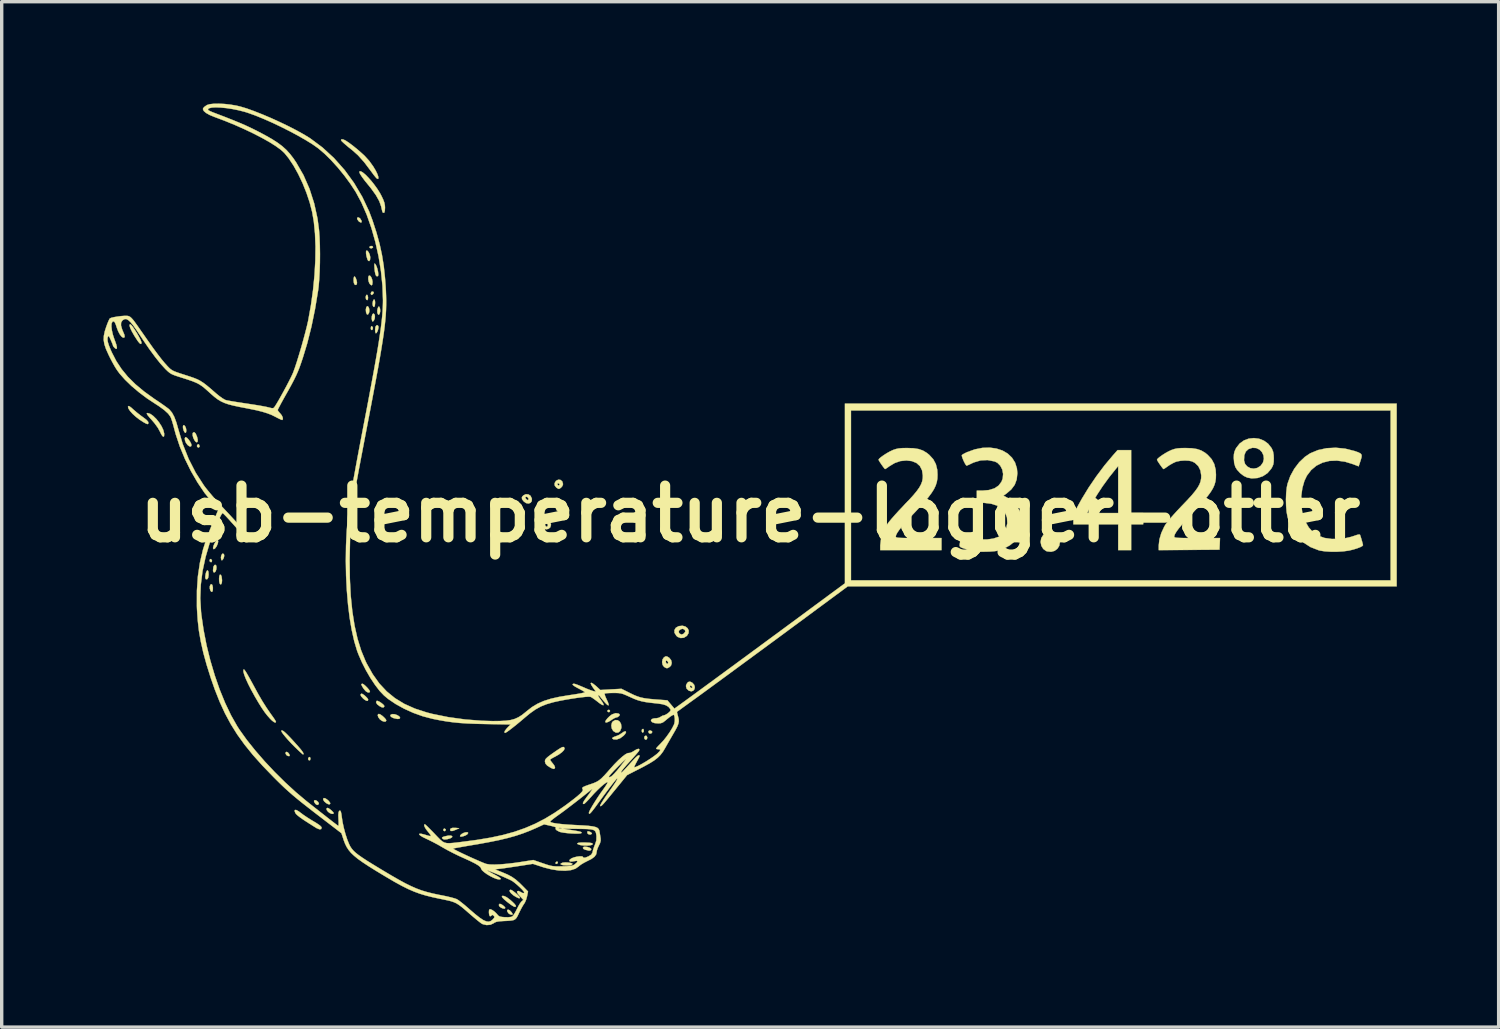
<source format=kicad_pcb>
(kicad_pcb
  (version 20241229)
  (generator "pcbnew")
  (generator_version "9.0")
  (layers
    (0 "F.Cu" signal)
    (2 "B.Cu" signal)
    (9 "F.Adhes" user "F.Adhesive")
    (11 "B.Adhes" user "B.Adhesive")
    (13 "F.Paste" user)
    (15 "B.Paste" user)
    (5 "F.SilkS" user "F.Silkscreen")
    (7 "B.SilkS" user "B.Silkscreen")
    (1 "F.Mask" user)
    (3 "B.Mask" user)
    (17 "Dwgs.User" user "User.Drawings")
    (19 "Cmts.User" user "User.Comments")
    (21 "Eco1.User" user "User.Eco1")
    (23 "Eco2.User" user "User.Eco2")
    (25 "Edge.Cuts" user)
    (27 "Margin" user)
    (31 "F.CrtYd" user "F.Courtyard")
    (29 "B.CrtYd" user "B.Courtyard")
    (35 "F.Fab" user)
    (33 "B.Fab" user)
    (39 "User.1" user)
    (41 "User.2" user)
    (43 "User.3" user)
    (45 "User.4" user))
  (footprint "usb-temperature-logger-otter"
    (layer "F.Cu")
    (at 19.051 12.092)
    (property "Reference" "usb-temperature-logger-otter" (at 0 0 0) (layer "F.SilkS") (effects (font (size 1.524 1.524) (thickness 0.3))))
    (attr through_hole)
    (fp_poly (pts (xy -5.664 10.272) (xy -5.685 10.307) (xy -5.704 10.312) (xy -5.734 10.298) (xy -5.735 10.282) (xy -5.709 10.249) (xy -5.679 10.244) (xy -5.664 10.272)) (stroke (width 0.01) (type solid)) (fill yes) (layer "F.SilkS"))
    (fp_poly (pts (xy -15.859 1.364) (xy -15.854 1.38) (xy -15.865 1.416) (xy -15.886 1.422) (xy -15.919 1.401) (xy -15.926 1.369) (xy -15.912 1.332) (xy -15.884 1.331) (xy -15.859 1.364)) (stroke (width 0.01) (type solid)) (fill yes) (layer "F.SilkS"))
    (fp_poly (pts (xy -12.958 7.184) (xy -12.954 7.214) (xy -12.967 7.257) (xy -12.997 7.26) (xy -13.018 7.239) (xy -13.021 7.197) (xy -12.993 7.166) (xy -12.978 7.163) (xy -12.958 7.184)) (stroke (width 0.01) (type solid)) (fill yes) (layer "F.SilkS"))
    (fp_poly (pts (xy -11.117 -5.5) (xy -11.113 -5.474) (xy -11.127 -5.429) (xy -11.144 -5.417) (xy -11.169 -5.429) (xy -11.176 -5.474) (xy -11.166 -5.523) (xy -11.144 -5.531) (xy -11.117 -5.5)) (stroke (width 0.01) (type solid)) (fill yes) (layer "F.SilkS"))
    (fp_poly (pts (xy -8.971 9.291) (xy -8.966 9.309) (xy -8.987 9.343) (xy -9.004 9.347) (xy -9.038 9.327) (xy -9.042 9.309) (xy -9.022 9.275) (xy -9.004 9.271) (xy -8.971 9.291)) (stroke (width 0.01) (type solid)) (fill yes) (layer "F.SilkS"))
    (fp_poly (pts (xy -4.14 5.779) (xy -4.126 5.808) (xy -4.145 5.836) (xy -4.166 5.842) (xy -4.199 5.824) (xy -4.203 5.818) (xy -4.201 5.788) (xy -4.17 5.772) (xy -4.14 5.779)) (stroke (width 0.01) (type solid)) (fill yes) (layer "F.SilkS"))
    (fp_poly (pts (xy -3.134 6.36) (xy -3.133 6.411) (xy -3.145 6.432) (xy -3.173 6.443) (xy -3.19 6.416) (xy -3.191 6.365) (xy -3.179 6.344) (xy -3.152 6.334) (xy -3.134 6.36)) (stroke (width 0.01) (type solid)) (fill yes) (layer "F.SilkS"))
    (fp_poly (pts (xy -2.895 6.401) (xy -2.883 6.426) (xy -2.903 6.461) (xy -2.946 6.474) (xy -2.979 6.461) (xy -2.999 6.417) (xy -2.978 6.385) (xy -2.94 6.38) (xy -2.895 6.401)) (stroke (width 0.01) (type solid)) (fill yes) (layer "F.SilkS"))
    (fp_poly (pts (xy -16.231 -2.033) (xy -16.219 -1.986) (xy -16.242 -1.958) (xy -16.256 -1.956) (xy -16.289 -1.974) (xy -16.295 -1.983) (xy -16.295 -2.023) (xy -16.283 -2.04) (xy -16.252 -2.055) (xy -16.231 -2.033)) (stroke (width 0.01) (type solid)) (fill yes) (layer "F.SilkS"))
    (fp_poly (pts (xy -13.616 7.031) (xy -13.58 7.076) (xy -13.564 7.123) (xy -13.582 7.137) (xy -13.622 7.13) (xy -13.66 7.107) (xy -13.688 7.061) (xy -13.682 7.023) (xy -13.653 7.01) (xy -13.616 7.031)) (stroke (width 0.01) (type solid)) (fill yes) (layer "F.SilkS"))
    (fp_poly (pts (xy -11.135 -7.892) (xy -11.126 -7.887) (xy -11.11 -7.857) (xy -11.114 -7.847) (xy -11.152 -7.825) (xy -11.198 -7.833) (xy -11.214 -7.849) (xy -11.21 -7.876) (xy -11.177 -7.893) (xy -11.135 -7.892)) (stroke (width 0.01) (type solid)) (fill yes) (layer "F.SilkS"))
    (fp_poly (pts (xy -11.092 -6.536) (xy -11.091 -6.507) (xy -11.116 -6.472) (xy -11.15 -6.452) (xy -11.154 -6.452) (xy -11.172 -6.473) (xy -11.176 -6.502) (xy -11.158 -6.544) (xy -11.117 -6.552) (xy -11.092 -6.536)) (stroke (width 0.01) (type solid)) (fill yes) (layer "F.SilkS"))
    (fp_poly (pts (xy -8.67 9.251) (xy -8.572 9.261) (xy -8.667 9.304) (xy -8.761 9.34) (xy -8.818 9.342) (xy -8.839 9.313) (xy -8.839 9.308) (xy -8.822 9.268) (xy -8.766 9.25) (xy -8.67 9.251)) (stroke (width 0.01) (type solid)) (fill yes) (layer "F.SilkS"))
    (fp_poly (pts (xy -12.77 8.45) (xy -12.727 8.488) (xy -12.706 8.53) (xy -12.707 8.542) (xy -12.736 8.575) (xy -12.781 8.565) (xy -12.81 8.539) (xy -12.846 8.484) (xy -12.847 8.446) (xy -12.816 8.433) (xy -12.77 8.45)) (stroke (width 0.01) (type solid)) (fill yes) (layer "F.SilkS"))
    (fp_poly (pts (xy -11.496 -8.713) (xy -11.454 -8.646) (xy -11.447 -8.63) (xy -11.447 -8.593) (xy -11.475 -8.587) (xy -11.519 -8.611) (xy -11.54 -8.632) (xy -11.576 -8.686) (xy -11.577 -8.725) (xy -11.547 -8.738) (xy -11.496 -8.713)) (stroke (width 0.01) (type solid)) (fill yes) (layer "F.SilkS"))
    (fp_poly (pts (xy -11.271 -6.441) (xy -11.258 -6.389) (xy -11.257 -6.382) (xy -11.261 -6.324) (xy -11.281 -6.298) (xy -11.307 -6.312) (xy -11.319 -6.336) (xy -11.326 -6.393) (xy -11.312 -6.442) (xy -11.29 -6.459) (xy -11.271 -6.441)) (stroke (width 0.01) (type solid)) (fill yes) (layer "F.SilkS"))
    (fp_poly (pts (xy -3.055 6.538) (xy -3.045 6.546) (xy -3.029 6.588) (xy -3.04 6.633) (xy -3.071 6.655) (xy -3.073 6.655) (xy -3.105 6.634) (xy -3.116 6.615) (xy -3.117 6.568) (xy -3.091 6.538) (xy -3.055 6.538)) (stroke (width 0.01) (type solid)) (fill yes) (layer "F.SilkS"))
    (fp_poly (pts (xy -16.67 -2.61) (xy -16.638 -2.567) (xy -16.618 -2.509) (xy -16.612 -2.447) (xy -16.621 -2.401) (xy -16.638 -2.388) (xy -16.665 -2.409) (xy -16.688 -2.453) (xy -16.709 -2.528) (xy -16.71 -2.584) (xy -16.696 -2.614) (xy -16.67 -2.61)) (stroke (width 0.01) (type solid)) (fill yes) (layer "F.SilkS"))
    (fp_poly (pts (xy -15.845 2.092) (xy -15.83 2.161) (xy -15.829 2.169) (xy -15.83 2.246) (xy -15.846 2.291) (xy -15.872 2.296) (xy -15.9 2.262) (xy -15.92 2.198) (xy -15.919 2.133) (xy -15.901 2.085) (xy -15.875 2.07) (xy -15.845 2.092)) (stroke (width 0.01) (type solid)) (fill yes) (layer "F.SilkS"))
    (fp_poly (pts (xy -15.502 1.189) (xy -15.495 1.237) (xy -15.51 1.298) (xy -15.53 1.335) (xy -15.559 1.368) (xy -15.575 1.361) (xy -15.584 1.34) (xy -15.592 1.279) (xy -15.579 1.218) (xy -15.552 1.176) (xy -15.532 1.168) (xy -15.502 1.189)) (stroke (width 0.01) (type solid)) (fill yes) (layer "F.SilkS"))
    (fp_poly (pts (xy -11.06 -6.307) (xy -11.05 -6.253) (xy -11.049 -6.212) (xy -11.056 -6.139) (xy -11.073 -6.1) (xy -11.096 -6.1) (xy -11.115 -6.132) (xy -11.124 -6.191) (xy -11.116 -6.256) (xy -11.096 -6.306) (xy -11.081 -6.318) (xy -11.06 -6.307)) (stroke (width 0.01) (type solid)) (fill yes) (layer "F.SilkS"))
    (fp_poly (pts (xy -7.083 11.679) (xy -7.031 11.733) (xy -7 11.779) (xy -6.999 11.805) (xy -7.029 11.811) (xy -7.073 11.799) (xy -7.116 11.77) (xy -7.121 11.765) (xy -7.156 11.71) (xy -7.158 11.672) (xy -7.129 11.659) (xy -7.083 11.679)) (stroke (width 0.01) (type solid)) (fill yes) (layer "F.SilkS"))
    (fp_poly (pts (xy -4.714 9.368) (xy -4.674 9.394) (xy -4.66 9.42) (xy -4.661 9.424) (xy -4.7 9.447) (xy -4.752 9.443) (xy -4.79 9.414) (xy -4.792 9.41) (xy -4.797 9.367) (xy -4.791 9.355) (xy -4.759 9.351) (xy -4.714 9.368)) (stroke (width 0.01) (type solid)) (fill yes) (layer "F.SilkS"))
    (fp_poly (pts (xy -15.732 1.519) (xy -15.723 1.57) (xy -15.728 1.632) (xy -15.746 1.688) (xy -15.774 1.721) (xy -15.78 1.722) (xy -15.812 1.717) (xy -15.824 1.675) (xy -15.824 1.655) (xy -15.814 1.559) (xy -15.784 1.507) (xy -15.757 1.499) (xy -15.732 1.519)) (stroke (width 0.01) (type solid)) (fill yes) (layer "F.SilkS"))
    (fp_poly (pts (xy -12.518 8.38) (xy -12.464 8.414) (xy -12.411 8.462) (xy -12.376 8.511) (xy -12.37 8.532) (xy -12.388 8.557) (xy -12.434 8.551) (xy -12.491 8.52) (xy -12.551 8.467) (xy -12.579 8.416) (xy -12.571 8.38) (xy -12.558 8.372) (xy -12.518 8.38)) (stroke (width 0.01) (type solid)) (fill yes) (layer "F.SilkS"))
    (fp_poly (pts (xy -11.245 -6.099) (xy -11.224 -6.046) (xy -11.218 -5.98) (xy -11.227 -5.931) (xy -11.257 -5.878) (xy -11.286 -5.875) (xy -11.31 -5.922) (xy -11.316 -5.943) (xy -11.322 -6.018) (xy -11.311 -6.082) (xy -11.287 -6.118) (xy -11.275 -6.121) (xy -11.245 -6.099)) (stroke (width 0.01) (type solid)) (fill yes) (layer "F.SilkS"))
    (fp_poly (pts (xy -10.921 -6.095) (xy -10.902 -6.039) (xy -10.899 -5.971) (xy -10.911 -5.909) (xy -10.934 -5.872) (xy -10.947 -5.867) (xy -10.968 -5.889) (xy -10.983 -5.929) (xy -10.985 -5.999) (xy -10.971 -6.062) (xy -10.949 -6.107) (xy -10.931 -6.108) (xy -10.921 -6.095)) (stroke (width 0.01) (type solid)) (fill yes) (layer "F.SilkS"))
    (fp_poly (pts (xy -7.34 11.497) (xy -7.287 11.529) (xy -7.239 11.57) (xy -7.214 11.605) (xy -7.214 11.61) (xy -7.233 11.631) (xy -7.286 11.624) (xy -7.341 11.6) (xy -7.388 11.562) (xy -7.404 11.521) (xy -7.383 11.491) (xy -7.377 11.489) (xy -7.34 11.497)) (stroke (width 0.01) (type solid)) (fill yes) (layer "F.SilkS"))
    (fp_poly (pts (xy -4.792 9.813) (xy -4.727 9.835) (xy -4.686 9.864) (xy -4.679 9.886) (xy -4.714 9.921) (xy -4.763 9.919) (xy -4.805 9.907) (xy -4.858 9.895) (xy -4.911 9.87) (xy -4.927 9.838) (xy -4.905 9.811) (xy -4.866 9.804) (xy -4.792 9.813)) (stroke (width 0.01) (type solid)) (fill yes) (layer "F.SilkS"))
    (fp_poly (pts (xy -16.335 -2.365) (xy -16.297 -2.278) (xy -16.295 -2.271) (xy -16.275 -2.187) (xy -16.278 -2.131) (xy -16.3 -2.108) (xy -16.336 -2.126) (xy -16.369 -2.167) (xy -16.405 -2.24) (xy -16.425 -2.315) (xy -16.424 -2.375) (xy -16.409 -2.4) (xy -16.371 -2.404) (xy -16.335 -2.365)) (stroke (width 0.01) (type solid)) (fill yes) (layer "F.SilkS"))
    (fp_poly (pts (xy -15.96 1.706) (xy -15.955 1.779) (xy -15.956 1.806) (xy -15.968 1.883) (xy -15.992 1.92) (xy -16.008 1.926) (xy -16.041 1.92) (xy -16.052 1.879) (xy -16.053 1.858) (xy -16.043 1.775) (xy -16.026 1.712) (xy -16 1.667) (xy -15.976 1.667) (xy -15.96 1.706)) (stroke (width 0.01) (type solid)) (fill yes) (layer "F.SilkS"))
    (fp_poly (pts (xy -15.593 1.796) (xy -15.572 1.845) (xy -15.561 1.931) (xy -15.559 1.964) (xy -15.566 2.033) (xy -15.585 2.072) (xy -15.61 2.075) (xy -15.631 2.044) (xy -15.643 1.984) (xy -15.646 1.909) (xy -15.64 1.84) (xy -15.626 1.796) (xy -15.621 1.791) (xy -15.593 1.796)) (stroke (width 0.01) (type solid)) (fill yes) (layer "F.SilkS"))
    (fp_poly (pts (xy -12.412 8.677) (xy -12.361 8.715) (xy -12.31 8.761) (xy -12.275 8.801) (xy -12.268 8.816) (xy -12.287 8.838) (xy -12.332 8.836) (xy -12.388 8.812) (xy -12.436 8.775) (xy -12.476 8.721) (xy -12.481 8.68) (xy -12.451 8.662) (xy -12.446 8.661) (xy -12.412 8.677)) (stroke (width 0.01) (type solid)) (fill yes) (layer "F.SilkS"))
    (fp_poly (pts (xy -11.64 -6.985) (xy -11.615 -6.94) (xy -11.594 -6.878) (xy -11.583 -6.816) (xy -11.582 -6.805) (xy -11.596 -6.755) (xy -11.629 -6.746) (xy -11.655 -6.762) (xy -11.674 -6.805) (xy -11.683 -6.871) (xy -11.681 -6.939) (xy -11.669 -6.987) (xy -11.661 -6.996) (xy -11.64 -6.985)) (stroke (width 0.01) (type solid)) (fill yes) (layer "F.SilkS"))
    (fp_poly (pts (xy -11.425 5.303) (xy -11.374 5.336) (xy -11.32 5.384) (xy -11.274 5.433) (xy -11.253 5.473) (xy -11.252 5.476) (xy -11.268 5.508) (xy -11.31 5.503) (xy -11.372 5.464) (xy -11.402 5.438) (xy -11.462 5.373) (xy -11.479 5.327) (xy -11.457 5.297) (xy -11.425 5.303)) (stroke (width 0.01) (type solid)) (fill yes) (layer "F.SilkS"))
    (fp_poly (pts (xy -11.274 -7.753) (xy -11.24 -7.711) (xy -11.21 -7.647) (xy -11.193 -7.574) (xy -11.192 -7.552) (xy -11.199 -7.484) (xy -11.222 -7.45) (xy -11.251 -7.457) (xy -11.274 -7.497) (xy -11.3 -7.584) (xy -11.315 -7.667) (xy -11.316 -7.731) (xy -11.305 -7.759) (xy -11.274 -7.753)) (stroke (width 0.01) (type solid)) (fill yes) (layer "F.SilkS"))
    (fp_poly (pts (xy -11.197 -7.017) (xy -11.164 -6.976) (xy -11.138 -6.912) (xy -11.125 -6.838) (xy -11.125 -6.827) (xy -11.133 -6.756) (xy -11.155 -6.734) (xy -11.192 -6.761) (xy -11.213 -6.787) (xy -11.239 -6.847) (xy -11.251 -6.92) (xy -11.248 -6.985) (xy -11.229 -7.022) (xy -11.197 -7.017)) (stroke (width 0.01) (type solid)) (fill yes) (layer "F.SilkS"))
    (fp_poly (pts (xy -11.069 -5.884) (xy -11.055 -5.832) (xy -11.058 -5.768) (xy -11.08 -5.709) (xy -11.084 -5.702) (xy -11.113 -5.669) (xy -11.13 -5.676) (xy -11.138 -5.694) (xy -11.15 -5.756) (xy -11.145 -5.825) (xy -11.128 -5.881) (xy -11.102 -5.905) (xy -11.1 -5.905) (xy -11.069 -5.884)) (stroke (width 0.01) (type solid)) (fill yes) (layer "F.SilkS"))
    (fp_poly (pts (xy -10.968 -5.555) (xy -10.949 -5.514) (xy -10.949 -5.505) (xy -10.958 -5.445) (xy -10.978 -5.383) (xy -11.003 -5.337) (xy -11.025 -5.321) (xy -11.03 -5.324) (xy -11.045 -5.364) (xy -11.048 -5.431) (xy -11.041 -5.499) (xy -11.034 -5.522) (xy -11.003 -5.559) (xy -10.968 -5.555)) (stroke (width 0.01) (type solid)) (fill yes) (layer "F.SilkS"))
    (fp_poly (pts (xy -10.92 5.534) (xy -10.86 5.574) (xy -10.807 5.618) (xy -10.778 5.656) (xy -10.776 5.67) (xy -10.801 5.702) (xy -10.849 5.699) (xy -10.917 5.664) (xy -10.989 5.608) (xy -11.02 5.554) (xy -11.006 5.51) (xy -11.006 5.51) (xy -10.974 5.509) (xy -10.92 5.534)) (stroke (width 0.01) (type solid)) (fill yes) (layer "F.SilkS"))
    (fp_poly (pts (xy -10.468 5.903) (xy -10.396 5.929) (xy -10.338 5.965) (xy -10.313 6.005) (xy -10.312 6.008) (xy -10.334 6.037) (xy -10.394 6.041) (xy -10.487 6.021) (xy -10.516 6.012) (xy -10.579 5.979) (xy -10.603 5.942) (xy -10.584 5.912) (xy -10.536 5.898) (xy -10.468 5.903)) (stroke (width 0.01) (type solid)) (fill yes) (layer "F.SilkS"))
    (fp_poly (pts (xy -8.776 9.498) (xy -8.783 9.528) (xy -8.833 9.558) (xy -8.918 9.583) (xy -8.943 9.588) (xy -9.017 9.593) (xy -9.062 9.57) (xy -9.065 9.567) (xy -9.078 9.54) (xy -9.058 9.521) (xy -9 9.501) (xy -8.89 9.478) (xy -8.813 9.478) (xy -8.776 9.498)) (stroke (width 0.01) (type solid)) (fill yes) (layer "F.SilkS"))
    (fp_poly (pts (xy -8.306 9.4) (xy -8.332 9.438) (xy -8.341 9.447) (xy -8.392 9.476) (xy -8.455 9.498) (xy -8.513 9.509) (xy -8.546 9.502) (xy -8.546 9.501) (xy -8.54 9.469) (xy -8.5 9.431) (xy -8.438 9.398) (xy -8.387 9.382) (xy -8.326 9.379) (xy -8.306 9.4)) (stroke (width 0.01) (type solid)) (fill yes) (layer "F.SilkS"))
    (fp_poly (pts (xy -16.59 -2.24) (xy -16.542 -2.189) (xy -16.497 -2.124) (xy -16.466 -2.06) (xy -16.459 -2.026) (xy -16.474 -1.988) (xy -16.513 -1.988) (xy -16.567 -2.025) (xy -16.581 -2.04) (xy -16.624 -2.099) (xy -16.65 -2.165) (xy -16.657 -2.222) (xy -16.643 -2.256) (xy -16.628 -2.261) (xy -16.59 -2.24)) (stroke (width 0.01) (type solid)) (fill yes) (layer "F.SilkS"))
    (fp_poly (pts (xy -15.678 0.777) (xy -15.673 0.819) (xy -15.687 0.882) (xy -15.718 0.951) (xy -15.722 0.959) (xy -15.767 1.019) (xy -15.802 1.04) (xy -15.821 1.02) (xy -15.823 0.997) (xy -15.81 0.939) (xy -15.78 0.869) (xy -15.743 0.807) (xy -15.708 0.77) (xy -15.704 0.768) (xy -15.678 0.777)) (stroke (width 0.01) (type solid)) (fill yes) (layer "F.SilkS"))
    (fp_poly (pts (xy -10.892 5.91) (xy -10.833 5.952) (xy -10.775 6.005) (xy -10.732 6.055) (xy -10.719 6.086) (xy -10.737 6.116) (xy -10.784 6.12) (xy -10.843 6.099) (xy -10.902 6.058) (xy -10.906 6.054) (xy -10.952 5.994) (xy -10.971 5.939) (xy -10.962 5.902) (xy -10.936 5.893) (xy -10.892 5.91)) (stroke (width 0.01) (type solid)) (fill yes) (layer "F.SilkS"))
    (fp_poly (pts (xy -5.368 10.271) (xy -5.296 10.282) (xy -5.246 10.297) (xy -5.232 10.312) (xy -5.255 10.337) (xy -5.316 10.353) (xy -5.4 10.358) (xy -5.496 10.351) (xy -5.531 10.345) (xy -5.579 10.327) (xy -5.58 10.303) (xy -5.535 10.28) (xy -5.511 10.274) (xy -5.445 10.268) (xy -5.368 10.271)) (stroke (width 0.01) (type solid)) (fill yes) (layer "F.SilkS"))
    (fp_poly (pts (xy -3.902 6.079) (xy -3.843 6.119) (xy -3.803 6.188) (xy -3.792 6.278) (xy -3.796 6.314) (xy -3.83 6.398) (xy -3.887 6.442) (xy -3.957 6.443) (xy -4.029 6.398) (xy -4.034 6.393) (xy -4.077 6.319) (xy -4.089 6.231) (xy -4.071 6.151) (xy -4.043 6.113) (xy -3.972 6.074) (xy -3.902 6.079)) (stroke (width 0.01) (type solid)) (fill yes) (layer "F.SilkS"))
    (fp_poly (pts (xy -11.386 5.022) (xy -11.334 5.066) (xy -11.277 5.123) (xy -11.229 5.18) (xy -11.203 5.222) (xy -11.201 5.23) (xy -11.218 5.261) (xy -11.26 5.261) (xy -11.313 5.232) (xy -11.335 5.211) (xy -11.389 5.146) (xy -11.432 5.078) (xy -11.454 5.027) (xy -11.455 5.018) (xy -11.435 5.005) (xy -11.42 5.004) (xy -11.386 5.022)) (stroke (width 0.01) (type solid)) (fill yes) (layer "F.SilkS"))
    (fp_poly (pts (xy -11.043 -7.361) (xy -11.039 -7.356) (xy -11.009 -7.301) (xy -10.982 -7.222) (xy -10.963 -7.137) (xy -10.955 -7.062) (xy -10.961 -7.014) (xy -10.965 -7.008) (xy -10.999 -7.001) (xy -11.023 -7.022) (xy -11.041 -7.066) (xy -11.057 -7.144) (xy -11.066 -7.232) (xy -11.071 -7.321) (xy -11.07 -7.367) (xy -11.061 -7.378) (xy -11.043 -7.361)) (stroke (width 0.01) (type solid)) (fill yes) (layer "F.SilkS"))
    (fp_poly (pts (xy -7.016 11.09) (xy -6.959 11.13) (xy -6.894 11.183) (xy -6.834 11.238) (xy -6.793 11.284) (xy -6.782 11.305) (xy -6.792 11.325) (xy -6.827 11.319) (xy -6.896 11.286) (xy -6.896 11.286) (xy -6.977 11.236) (xy -7.039 11.182) (xy -7.078 11.132) (xy -7.088 11.094) (xy -7.063 11.075) (xy -7.052 11.074) (xy -7.016 11.09)) (stroke (width 0.01) (type solid)) (fill yes) (layer "F.SilkS"))
    (fp_poly (pts (xy -4.849 9.683) (xy -4.741 9.688) (xy -4.675 9.697) (xy -4.643 9.711) (xy -4.636 9.728) (xy -4.658 9.75) (xy -4.718 9.765) (xy -4.802 9.772) (xy -4.895 9.771) (xy -4.985 9.76) (xy -5.026 9.75) (xy -5.084 9.727) (xy -5.094 9.708) (xy -5.061 9.692) (xy -4.988 9.683) (xy -4.879 9.682) (xy -4.849 9.683)) (stroke (width 0.01) (type solid)) (fill yes) (layer "F.SilkS"))
    (fp_poly (pts (xy -3.655 6.429) (xy -3.679 6.48) (xy -3.727 6.534) (xy -3.828 6.609) (xy -3.93 6.646) (xy -4.022 6.642) (xy -4.032 6.638) (xy -4.063 6.613) (xy -4.045 6.586) (xy -3.982 6.559) (xy -3.964 6.554) (xy -3.876 6.519) (xy -3.796 6.47) (xy -3.788 6.464) (xy -3.715 6.415) (xy -3.669 6.405) (xy -3.655 6.429)) (stroke (width 0.01) (type solid)) (fill yes) (layer "F.SilkS"))
    (fp_poly (pts (xy -18.235 -5.567) (xy -18.19 -5.512) (xy -18.135 -5.432) (xy -18.076 -5.339) (xy -18.02 -5.242) (xy -17.973 -5.154) (xy -17.942 -5.083) (xy -17.932 -5.045) (xy -17.943 -5.008) (xy -17.973 -5.015) (xy -18.021 -5.067) (xy -18.054 -5.112) (xy -18.146 -5.255) (xy -18.216 -5.378) (xy -18.263 -5.477) (xy -18.284 -5.547) (xy -18.277 -5.584) (xy -18.264 -5.588) (xy -18.235 -5.567)) (stroke (width 0.01) (type solid)) (fill yes) (layer "F.SilkS"))
    (fp_poly (pts (xy -7.248 11.259) (xy -7.182 11.289) (xy -7.154 11.307) (xy -7.077 11.365) (xy -7.004 11.429) (xy -6.943 11.489) (xy -6.906 11.537) (xy -6.899 11.561) (xy -6.919 11.579) (xy -6.95 11.574) (xy -7.004 11.544) (xy -7.064 11.503) (xy -7.159 11.431) (xy -7.239 11.364) (xy -7.294 11.309) (xy -7.315 11.274) (xy -7.315 11.273) (xy -7.296 11.253) (xy -7.248 11.259)) (stroke (width 0.01) (type solid)) (fill yes) (layer "F.SilkS"))
    (fp_poly (pts (xy 8.906 0.543) (xy 8.997 0.581) (xy 9.072 0.654) (xy 9.105 0.716) (xy 9.128 0.832) (xy 9.109 0.938) (xy 9.054 1.026) (xy 8.972 1.088) (xy 8.869 1.116) (xy 8.754 1.104) (xy 8.722 1.093) (xy 8.639 1.033) (xy 8.582 0.941) (xy 8.56 0.828) (xy 8.56 0.822) (xy 8.58 0.711) (xy 8.635 0.625) (xy 8.715 0.567) (xy 8.808 0.539) (xy 8.906 0.543)) (stroke (width 0.01) (type solid)) (fill yes) (layer "F.SilkS"))
    (fp_poly (pts (xy -3.878 5.882) (xy -3.862 5.891) (xy -3.839 5.917) (xy -3.857 5.952) (xy -3.859 5.954) (xy -3.907 5.988) (xy -3.936 5.994) (xy -3.981 6.009) (xy -4.047 6.045) (xy -4.085 6.071) (xy -4.167 6.122) (xy -4.229 6.145) (xy -4.263 6.138) (xy -4.267 6.123) (xy -4.249 6.082) (xy -4.204 6.025) (xy -4.144 5.965) (xy -4.083 5.917) (xy -4.062 5.905) (xy -3.961 5.87) (xy -3.878 5.882)) (stroke (width 0.01) (type solid)) (fill yes) (layer "F.SilkS"))
    (fp_poly (pts (xy -17.678 -2.95) (xy -17.591 -2.89) (xy -17.501 -2.803) (xy -17.416 -2.698) (xy -17.342 -2.584) (xy -17.289 -2.471) (xy -17.264 -2.37) (xy -17.263 -2.358) (xy -17.267 -2.292) (xy -17.287 -2.273) (xy -17.319 -2.298) (xy -17.36 -2.366) (xy -17.383 -2.415) (xy -17.451 -2.539) (xy -17.549 -2.674) (xy -17.615 -2.751) (xy -17.7 -2.846) (xy -17.752 -2.911) (xy -17.775 -2.949) (xy -17.772 -2.968) (xy -17.753 -2.972) (xy -17.678 -2.95)) (stroke (width 0.01) (type solid)) (fill yes) (layer "F.SilkS"))
    (fp_poly (pts (xy -18.277 -3.164) (xy -18.217 -3.117) (xy -18.17 -3.074) (xy -18.072 -2.99) (xy -17.963 -2.904) (xy -17.878 -2.842) (xy -17.786 -2.772) (xy -17.737 -2.716) (xy -17.729 -2.691) (xy -17.734 -2.656) (xy -17.753 -2.646) (xy -17.796 -2.661) (xy -17.872 -2.702) (xy -17.875 -2.704) (xy -17.989 -2.777) (xy -18.097 -2.861) (xy -18.193 -2.948) (xy -18.268 -3.032) (xy -18.316 -3.104) (xy -18.33 -3.158) (xy -18.328 -3.166) (xy -18.311 -3.179) (xy -18.277 -3.164)) (stroke (width 0.01) (type solid)) (fill yes) (layer "F.SilkS"))
    (fp_poly (pts (xy -5.565 -0.281) (xy -5.51 -0.229) (xy -5.497 -0.163) (xy -5.526 -0.1) (xy -5.59 -0.056) (xy -5.652 -0.063) (xy -5.704 -0.113) (xy -5.722 -0.165) (xy -5.639 -0.165) (xy -5.625 -0.131) (xy -5.613 -0.127) (xy -5.591 -0.148) (xy -5.588 -0.165) (xy -5.602 -0.199) (xy -5.613 -0.203) (xy -5.636 -0.183) (xy -5.639 -0.165) (xy -5.722 -0.165) (xy -5.73 -0.186) (xy -5.717 -0.248) (xy -5.674 -0.288) (xy -5.61 -0.297) (xy -5.565 -0.281)) (stroke (width 0.01) (type solid)) (fill yes) (layer "F.SilkS"))
    (fp_poly (pts (xy -13.757 6.395) (xy -13.705 6.436) (xy -13.633 6.505) (xy -13.535 6.607) (xy -13.438 6.712) (xy -13.317 6.847) (xy -13.23 6.95) (xy -13.177 7.023) (xy -13.156 7.067) (xy -13.165 7.086) (xy -13.173 7.087) (xy -13.196 7.07) (xy -13.248 7.024) (xy -13.32 6.957) (xy -13.403 6.877) (xy -13.508 6.772) (xy -13.605 6.667) (xy -13.69 6.57) (xy -13.757 6.487) (xy -13.8 6.425) (xy -13.814 6.39) (xy -13.812 6.387) (xy -13.791 6.38) (xy -13.757 6.395)) (stroke (width 0.01) (type solid)) (fill yes) (layer "F.SilkS"))
    (fp_poly (pts (xy -13.366 8.726) (xy -13.298 8.765) (xy -13.241 8.808) (xy -13.166 8.864) (xy -13.063 8.934) (xy -12.947 9.008) (xy -12.871 9.053) (xy -12.752 9.126) (xy -12.674 9.181) (xy -12.633 9.223) (xy -12.624 9.247) (xy -12.641 9.287) (xy -12.69 9.292) (xy -12.769 9.26) (xy -12.802 9.24) (xy -12.99 9.122) (xy -13.138 9.026) (xy -13.25 8.949) (xy -13.328 8.888) (xy -13.378 8.841) (xy -13.4 8.81) (xy -13.422 8.749) (xy -13.409 8.721) (xy -13.366 8.726)) (stroke (width 0.01) (type solid)) (fill yes) (layer "F.SilkS"))
    (fp_poly (pts (xy -5.955 0.184) (xy -5.898 0.226) (xy -5.869 0.301) (xy -5.867 0.327) (xy -5.888 0.396) (xy -5.94 0.44) (xy -6.007 0.454) (xy -6.072 0.435) (xy -6.107 0.401) (xy -6.143 0.323) (xy -6.142 0.318) (xy -6.043 0.318) (xy -6.036 0.342) (xy -6.007 0.378) (xy -5.973 0.367) (xy -5.959 0.342) (xy -5.965 0.301) (xy -5.983 0.288) (xy -6.03 0.285) (xy -6.043 0.318) (xy -6.142 0.318) (xy -6.131 0.256) (xy -6.1 0.22) (xy -6.027 0.18) (xy -5.955 0.184)) (stroke (width 0.01) (type solid)) (fill yes) (layer "F.SilkS"))
    (fp_poly (pts (xy -1.703 4.973) (xy -1.648 5.035) (xy -1.629 5.102) (xy -1.64 5.164) (xy -1.676 5.209) (xy -1.733 5.228) (xy -1.805 5.208) (xy -1.809 5.205) (xy -1.872 5.145) (xy -1.884 5.093) (xy -1.771 5.093) (xy -1.747 5.123) (xy -1.726 5.131) (xy -1.702 5.112) (xy -1.702 5.107) (xy -1.719 5.075) (xy -1.752 5.058) (xy -1.77 5.063) (xy -1.771 5.093) (xy -1.884 5.093) (xy -1.89 5.07) (xy -1.876 5.019) (xy -1.83 4.955) (xy -1.772 4.941) (xy -1.703 4.973)) (stroke (width 0.01) (type solid)) (fill yes) (layer "F.SilkS"))
    (fp_poly (pts (xy -5.584 -1.001) (xy -5.534 -0.956) (xy -5.512 -0.881) (xy -5.512 -0.876) (xy -5.53 -0.823) (xy -5.574 -0.771) (xy -5.624 -0.739) (xy -5.639 -0.737) (xy -5.668 -0.75) (xy -5.709 -0.776) (xy -5.756 -0.835) (xy -5.758 -0.872) (xy -5.679 -0.872) (xy -5.659 -0.844) (xy -5.637 -0.838) (xy -5.614 -0.855) (xy -5.613 -0.859) (xy -5.63 -0.896) (xy -5.664 -0.901) (xy -5.668 -0.899) (xy -5.679 -0.872) (xy -5.758 -0.872) (xy -5.76 -0.906) (xy -5.721 -0.972) (xy -5.719 -0.974) (xy -5.651 -1.009) (xy -5.584 -1.001)) (stroke (width 0.01) (type solid)) (fill yes) (layer "F.SilkS"))
    (fp_poly (pts (xy -6.536 -0.577) (xy -6.473 -0.537) (xy -6.466 -0.528) (xy -6.429 -0.446) (xy -6.434 -0.376) (xy -6.47 -0.327) (xy -6.529 -0.306) (xy -6.601 -0.319) (xy -6.669 -0.367) (xy -6.72 -0.433) (xy -6.725 -0.488) (xy -6.717 -0.499) (xy -6.621 -0.499) (xy -6.62 -0.471) (xy -6.594 -0.434) (xy -6.56 -0.409) (xy -6.55 -0.406) (xy -6.53 -0.427) (xy -6.528 -0.445) (xy -6.546 -0.483) (xy -6.585 -0.506) (xy -6.621 -0.499) (xy -6.621 -0.499) (xy -6.717 -0.499) (xy -6.685 -0.542) (xy -6.685 -0.542) (xy -6.613 -0.579) (xy -6.536 -0.577)) (stroke (width 0.01) (type solid)) (fill yes) (layer "F.SilkS"))
    (fp_poly (pts (xy -2.449 4.199) (xy -2.389 4.235) (xy -2.378 4.244) (xy -2.326 4.311) (xy -2.309 4.39) (xy -2.329 4.465) (xy -2.368 4.507) (xy -2.419 4.537) (xy -2.451 4.547) (xy -2.49 4.533) (xy -2.534 4.507) (xy -2.577 4.45) (xy -2.592 4.37) (xy -2.591 4.361) (xy -2.486 4.361) (xy -2.467 4.401) (xy -2.439 4.42) (xy -2.416 4.399) (xy -2.413 4.383) (xy -2.428 4.343) (xy -2.459 4.321) (xy -2.481 4.327) (xy -2.486 4.361) (xy -2.591 4.361) (xy -2.58 4.289) (xy -2.544 4.233) (xy -2.495 4.198) (xy -2.449 4.199)) (stroke (width 0.01) (type solid)) (fill yes) (layer "F.SilkS"))
    (fp_poly (pts (xy -11.99 -11.034) (xy -11.919 -11.001) (xy -11.819 -10.935) (xy -11.688 -10.836) (xy -11.537 -10.712) (xy -11.363 -10.556) (xy -11.223 -10.402) (xy -11.104 -10.237) (xy -11.034 -10.12) (xy -10.987 -10.025) (xy -10.959 -9.947) (xy -10.951 -9.893) (xy -10.964 -9.869) (xy -10.999 -9.884) (xy -11.002 -9.886) (xy -11.034 -9.921) (xy -11.087 -9.986) (xy -11.149 -10.07) (xy -11.178 -10.109) (xy -11.37 -10.363) (xy -11.554 -10.568) (xy -11.723 -10.719) (xy -11.816 -10.792) (xy -11.909 -10.87) (xy -11.974 -10.927) (xy -12.032 -10.982) (xy -12.053 -11.014) (xy -12.045 -11.032) (xy -12.035 -11.037) (xy -11.99 -11.034)) (stroke (width 0.01) (type solid)) (fill yes) (layer "F.SilkS"))
    (fp_poly (pts (xy -11.413 -10.062) (xy -11.337 -9.999) (xy -11.251 -9.912) (xy -11.158 -9.808) (xy -11.066 -9.691) (xy -10.979 -9.57) (xy -10.904 -9.449) (xy -10.864 -9.375) (xy -10.809 -9.259) (xy -10.776 -9.169) (xy -10.761 -9.09) (xy -10.757 -9.022) (xy -10.763 -8.929) (xy -10.779 -8.878) (xy -10.789 -8.871) (xy -10.823 -8.881) (xy -10.831 -8.894) (xy -10.843 -8.937) (xy -10.86 -9.01) (xy -10.871 -9.06) (xy -10.926 -9.215) (xy -11.024 -9.391) (xy -11.164 -9.586) (xy -11.222 -9.658) (xy -11.347 -9.811) (xy -11.436 -9.931) (xy -11.492 -10.017) (xy -11.513 -10.071) (xy -11.509 -10.091) (xy -11.472 -10.095) (xy -11.413 -10.062)) (stroke (width 0.01) (type solid)) (fill yes) (layer "F.SilkS"))
    (fp_poly (pts (xy -1.905 3.319) (xy -1.842 3.368) (xy -1.809 3.435) (xy -1.813 3.512) (xy -1.86 3.589) (xy -1.866 3.595) (xy -1.951 3.648) (xy -2.046 3.657) (xy -2.136 3.623) (xy -2.173 3.59) (xy -2.225 3.506) (xy -2.226 3.49) (xy -2.102 3.49) (xy -2.078 3.526) (xy -2.022 3.554) (xy -1.963 3.533) (xy -1.945 3.516) (xy -1.909 3.468) (xy -1.918 3.429) (xy -1.944 3.403) (xy -1.988 3.384) (xy -2.045 3.399) (xy -2.098 3.44) (xy -2.102 3.49) (xy -2.226 3.49) (xy -2.23 3.425) (xy -2.19 3.356) (xy -2.108 3.309) (xy -2.095 3.306) (xy -1.992 3.295) (xy -1.905 3.319)) (stroke (width 0.01) (type solid)) (fill yes) (layer "F.SilkS"))
    (fp_poly (pts (xy -14.908 4.584) (xy -14.876 4.625) (xy -14.868 4.636) (xy -14.838 4.684) (xy -14.789 4.768) (xy -14.728 4.877) (xy -14.66 5.001) (xy -14.622 5.071) (xy -14.489 5.315) (xy -14.367 5.524) (xy -14.249 5.71) (xy -14.129 5.885) (xy -14.086 5.944) (xy -14.031 6.022) (xy -13.99 6.085) (xy -13.971 6.121) (xy -13.97 6.124) (xy -13.985 6.148) (xy -14.026 6.135) (xy -14.088 6.088) (xy -14.138 6.039) (xy -14.221 5.946) (xy -14.302 5.842) (xy -14.387 5.718) (xy -14.482 5.566) (xy -14.593 5.378) (xy -14.6 5.364) (xy -14.701 5.181) (xy -14.787 5.013) (xy -14.855 4.865) (xy -14.903 4.743) (xy -14.928 4.654) (xy -14.93 4.615) (xy -14.923 4.582) (xy -14.908 4.584)) (stroke (width 0.01) (type solid)) (fill yes) (layer "F.SilkS"))
    (fp_poly (pts (xy -5.486 6.871) (xy -5.465 6.907) (xy -5.485 6.959) (xy -5.543 7.02) (xy -5.633 7.087) (xy -5.75 7.154) (xy -5.773 7.165) (xy -5.84 7.202) (xy -5.884 7.231) (xy -5.893 7.243) (xy -5.877 7.272) (xy -5.838 7.324) (xy -5.814 7.352) (xy -5.767 7.417) (xy -5.748 7.468) (xy -5.75 7.48) (xy -5.768 7.51) (xy -5.798 7.513) (xy -5.853 7.49) (xy -5.88 7.476) (xy -5.975 7.417) (xy -6.027 7.36) (xy -6.045 7.295) (xy -6.045 7.287) (xy -6.039 7.25) (xy -6.016 7.212) (xy -5.969 7.167) (xy -5.89 7.106) (xy -5.833 7.065) (xy -5.71 6.979) (xy -5.621 6.92) (xy -5.56 6.884) (xy -5.519 6.868) (xy -5.493 6.868) (xy -5.486 6.871)) (stroke (width 0.01) (type solid)) (fill yes) (layer "F.SilkS"))
    (fp_poly (pts (xy 11.227 -0.025) (xy 11.582 -0.025) (xy 11.582 0.305) (xy 11.227 0.305) (xy 11.227 1.067) (xy 10.846 1.067) (xy 10.846 0.305) (xy 9.525 0.305) (xy 9.525 0.164) (xy 9.528 0.1) (xy 9.538 0.037) (xy 9.557 -0.025) (xy 9.934 -0.025) (xy 10.846 -0.025) (xy 10.846 -0.718) (xy 10.846 -1.41) (xy 10.781 -1.333) (xy 10.577 -1.078) (xy 10.386 -0.815) (xy 10.215 -0.554) (xy 10.07 -0.306) (xy 9.965 -0.095) (xy 9.934 -0.025) (xy 9.557 -0.025) (xy 9.559 -0.031) (xy 9.595 -0.113) (xy 9.648 -0.217) (xy 9.722 -0.352) (xy 9.774 -0.445) (xy 9.976 -0.777) (xy 10.205 -1.113) (xy 10.447 -1.435) (xy 10.676 -1.708) (xy 10.828 -1.88) (xy 11.227 -1.88) (xy 11.227 -0.025)) (stroke (width 0.01) (type solid)) (fill yes) (layer "F.SilkS"))
    (fp_poly (pts (xy 14.995 -2.215) (xy 15.138 -2.159) (xy 15.263 -2.068) (xy 15.363 -1.941) (xy 15.374 -1.921) (xy 15.409 -1.835) (xy 15.426 -1.734) (xy 15.43 -1.636) (xy 15.427 -1.532) (xy 15.415 -1.457) (xy 15.387 -1.389) (xy 15.354 -1.332) (xy 15.246 -1.204) (xy 15.109 -1.112) (xy 14.951 -1.058) (xy 14.782 -1.047) (xy 14.652 -1.07) (xy 14.547 -1.119) (xy 14.441 -1.2) (xy 14.35 -1.298) (xy 14.297 -1.383) (xy 14.262 -1.503) (xy 14.256 -1.586) (xy 14.553 -1.586) (xy 14.553 -1.575) (xy 14.583 -1.473) (xy 14.648 -1.397) (xy 14.737 -1.349) (xy 14.839 -1.334) (xy 14.942 -1.354) (xy 15.037 -1.413) (xy 15.045 -1.42) (xy 15.112 -1.516) (xy 15.138 -1.621) (xy 15.126 -1.725) (xy 15.082 -1.82) (xy 15.01 -1.895) (xy 14.915 -1.941) (xy 14.801 -1.948) (xy 14.799 -1.948) (xy 14.685 -1.911) (xy 14.606 -1.838) (xy 14.561 -1.729) (xy 14.553 -1.586) (xy 14.256 -1.586) (xy 14.25 -1.651) (xy 14.255 -1.758) (xy 14.274 -1.841) (xy 14.313 -1.927) (xy 14.326 -1.948) (xy 14.425 -2.075) (xy 14.55 -2.165) (xy 14.692 -2.218) (xy 14.844 -2.234) (xy 14.995 -2.215)) (stroke (width 0.01) (type solid)) (fill yes) (layer "F.SilkS"))
    (fp_poly (pts (xy 17.532 -1.923) (xy 17.81 -1.853) (xy 17.816 -1.851) (xy 17.924 -1.813) (xy 17.989 -1.778) (xy 18.018 -1.737) (xy 18.017 -1.678) (xy 17.993 -1.591) (xy 17.985 -1.567) (xy 17.93 -1.402) (xy 17.776 -1.462) (xy 17.528 -1.539) (xy 17.291 -1.571) (xy 17.069 -1.562) (xy 16.865 -1.511) (xy 16.684 -1.421) (xy 16.53 -1.292) (xy 16.405 -1.127) (xy 16.332 -0.974) (xy 16.271 -0.761) (xy 16.24 -0.529) (xy 16.239 -0.291) (xy 16.267 -0.061) (xy 16.325 0.146) (xy 16.353 0.215) (xy 16.459 0.397) (xy 16.587 0.539) (xy 16.741 0.642) (xy 16.925 0.708) (xy 17.14 0.738) (xy 17.391 0.734) (xy 17.413 0.732) (xy 17.553 0.712) (xy 17.697 0.679) (xy 17.789 0.65) (xy 17.886 0.617) (xy 17.944 0.605) (xy 17.97 0.614) (xy 17.971 0.617) (xy 17.99 0.672) (xy 18.013 0.748) (xy 18.035 0.826) (xy 18.052 0.89) (xy 18.059 0.922) (xy 18.036 0.948) (xy 17.975 0.98) (xy 17.884 1.015) (xy 17.776 1.048) (xy 17.662 1.076) (xy 17.638 1.081) (xy 17.476 1.103) (xy 17.295 1.114) (xy 17.11 1.114) (xy 16.938 1.103) (xy 16.793 1.081) (xy 16.751 1.07) (xy 16.512 0.977) (xy 16.303 0.842) (xy 16.126 0.67) (xy 15.982 0.462) (xy 15.874 0.219) (xy 15.835 0.089) (xy 15.808 -0.058) (xy 15.793 -0.234) (xy 15.788 -0.425) (xy 15.795 -0.613) (xy 15.813 -0.781) (xy 15.835 -0.889) (xy 15.917 -1.117) (xy 16.035 -1.332) (xy 16.18 -1.523) (xy 16.347 -1.681) (xy 16.502 -1.785) (xy 16.733 -1.881) (xy 16.986 -1.936) (xy 17.255 -1.95) (xy 17.532 -1.923)) (stroke (width 0.01) (type solid)) (fill yes) (layer "F.SilkS"))
    (fp_poly (pts (xy 4.812 -1.935) (xy 4.965 -1.911) (xy 5.092 -1.867) (xy 5.205 -1.799) (xy 5.279 -1.739) (xy 5.397 -1.61) (xy 5.473 -1.467) (xy 5.514 -1.301) (xy 5.522 -1.156) (xy 5.518 -1.044) (xy 5.501 -0.94) (xy 5.468 -0.836) (xy 5.417 -0.729) (xy 5.343 -0.613) (xy 5.245 -0.482) (xy 5.118 -0.333) (xy 4.959 -0.158) (xy 4.8 0.011) (xy 4.632 0.19) (xy 4.5 0.338) (xy 4.403 0.458) (xy 4.337 0.553) (xy 4.301 0.624) (xy 4.293 0.665) (xy 4.295 0.679) (xy 4.307 0.69) (xy 4.334 0.698) (xy 4.381 0.704) (xy 4.455 0.707) (xy 4.56 0.71) (xy 4.703 0.711) (xy 4.889 0.711) (xy 4.966 0.711) (xy 5.639 0.711) (xy 5.639 1.067) (xy 3.835 1.067) (xy 3.835 0.93) (xy 3.855 0.754) (xy 3.91 0.565) (xy 3.996 0.379) (xy 4.039 0.307) (xy 4.09 0.238) (xy 4.169 0.142) (xy 4.269 0.028) (xy 4.382 -0.096) (xy 4.5 -0.22) (xy 4.504 -0.225) (xy 4.672 -0.4) (xy 4.806 -0.547) (xy 4.909 -0.671) (xy 4.985 -0.777) (xy 5.037 -0.872) (xy 5.07 -0.96) (xy 5.086 -1.047) (xy 5.089 -1.133) (xy 5.066 -1.286) (xy 5.003 -1.41) (xy 4.902 -1.501) (xy 4.767 -1.556) (xy 4.605 -1.575) (xy 4.426 -1.557) (xy 4.262 -1.5) (xy 4.111 -1.41) (xy 4.044 -1.362) (xy 3.995 -1.33) (xy 3.977 -1.321) (xy 3.957 -1.34) (xy 3.919 -1.389) (xy 3.873 -1.453) (xy 3.829 -1.518) (xy 3.796 -1.572) (xy 3.785 -1.599) (xy 3.805 -1.629) (xy 3.86 -1.676) (xy 3.939 -1.732) (xy 4.03 -1.79) (xy 4.123 -1.842) (xy 4.207 -1.881) (xy 4.213 -1.884) (xy 4.296 -1.912) (xy 4.382 -1.93) (xy 4.487 -1.939) (xy 4.623 -1.941) (xy 4.812 -1.935)) (stroke (width 0.01) (type solid)) (fill yes) (layer "F.SilkS"))
    (fp_poly (pts (xy 13.017 -1.935) (xy 13.169 -1.911) (xy 13.296 -1.867) (xy 13.41 -1.799) (xy 13.483 -1.739) (xy 13.6 -1.611) (xy 13.676 -1.469) (xy 13.717 -1.302) (xy 13.726 -1.156) (xy 13.723 -1.049) (xy 13.709 -0.95) (xy 13.682 -0.855) (xy 13.638 -0.757) (xy 13.574 -0.651) (xy 13.487 -0.532) (xy 13.373 -0.395) (xy 13.229 -0.234) (xy 13.052 -0.044) (xy 13.033 -0.023) (xy 12.864 0.158) (xy 12.73 0.309) (xy 12.628 0.431) (xy 12.558 0.527) (xy 12.515 0.601) (xy 12.497 0.656) (xy 12.497 0.665) (xy 12.5 0.679) (xy 12.511 0.69) (xy 12.538 0.698) (xy 12.585 0.704) (xy 12.659 0.707) (xy 12.764 0.71) (xy 12.907 0.711) (xy 13.093 0.711) (xy 13.171 0.711) (xy 13.845 0.711) (xy 13.838 0.883) (xy 13.83 1.054) (xy 12.935 1.061) (xy 12.04 1.067) (xy 12.04 0.93) (xy 12.06 0.752) (xy 12.116 0.562) (xy 12.203 0.374) (xy 12.245 0.304) (xy 12.297 0.234) (xy 12.376 0.137) (xy 12.477 0.023) (xy 12.59 -0.101) (xy 12.708 -0.226) (xy 12.71 -0.228) (xy 12.878 -0.403) (xy 13.012 -0.549) (xy 13.114 -0.673) (xy 13.19 -0.779) (xy 13.242 -0.874) (xy 13.274 -0.962) (xy 13.29 -1.049) (xy 13.293 -1.13) (xy 13.269 -1.28) (xy 13.206 -1.407) (xy 13.107 -1.503) (xy 13.022 -1.548) (xy 12.928 -1.568) (xy 12.806 -1.574) (xy 12.679 -1.565) (xy 12.567 -1.543) (xy 12.547 -1.537) (xy 12.464 -1.499) (xy 12.368 -1.445) (xy 12.316 -1.41) (xy 12.248 -1.362) (xy 12.199 -1.33) (xy 12.182 -1.321) (xy 12.161 -1.34) (xy 12.123 -1.389) (xy 12.077 -1.453) (xy 12.033 -1.518) (xy 12 -1.572) (xy 11.989 -1.599) (xy 12.01 -1.629) (xy 12.065 -1.676) (xy 12.143 -1.732) (xy 12.234 -1.79) (xy 12.327 -1.842) (xy 12.411 -1.881) (xy 12.418 -1.884) (xy 12.5 -1.912) (xy 12.586 -1.93) (xy 12.691 -1.939) (xy 12.827 -1.941) (xy 13.017 -1.935)) (stroke (width 0.01) (type solid)) (fill yes) (layer "F.SilkS"))
    (fp_poly (pts (xy 7.257 -1.926) (xy 7.436 -1.867) (xy 7.59 -1.777) (xy 7.715 -1.658) (xy 7.807 -1.512) (xy 7.861 -1.342) (xy 7.874 -1.199) (xy 7.855 -1.016) (xy 7.797 -0.859) (xy 7.694 -0.721) (xy 7.563 -0.608) (xy 7.464 -0.536) (xy 7.586 -0.474) (xy 7.737 -0.373) (xy 7.856 -0.24) (xy 7.939 -0.093) (xy 7.973 -0.013) (xy 7.992 0.056) (xy 8 0.131) (xy 7.998 0.232) (xy 7.996 0.276) (xy 7.976 0.458) (xy 7.932 0.606) (xy 7.858 0.733) (xy 7.778 0.824) (xy 7.654 0.924) (xy 7.499 1.01) (xy 7.332 1.073) (xy 7.269 1.089) (xy 7.187 1.1) (xy 7.073 1.109) (xy 6.943 1.113) (xy 6.813 1.114) (xy 6.696 1.111) (xy 6.61 1.104) (xy 6.591 1.1) (xy 6.543 1.088) (xy 6.462 1.066) (xy 6.366 1.039) (xy 6.356 1.036) (xy 6.26 1.006) (xy 6.204 0.981) (xy 6.178 0.956) (xy 6.172 0.93) (xy 6.179 0.87) (xy 6.197 0.782) (xy 6.222 0.688) (xy 6.235 0.644) (xy 6.261 0.634) (xy 6.325 0.647) (xy 6.411 0.675) (xy 6.599 0.727) (xy 6.796 0.753) (xy 6.989 0.752) (xy 7.167 0.727) (xy 7.318 0.676) (xy 7.372 0.646) (xy 7.476 0.549) (xy 7.546 0.422) (xy 7.578 0.274) (xy 7.569 0.115) (xy 7.566 0.099) (xy 7.512 -0.045) (xy 7.417 -0.16) (xy 7.28 -0.244) (xy 7.103 -0.3) (xy 6.902 -0.325) (xy 6.68 -0.337) (xy 6.68 -0.686) (xy 6.841 -0.686) (xy 7.037 -0.703) (xy 7.198 -0.753) (xy 7.322 -0.835) (xy 7.407 -0.948) (xy 7.443 -1.044) (xy 7.455 -1.178) (xy 7.43 -1.307) (xy 7.372 -1.42) (xy 7.287 -1.506) (xy 7.206 -1.546) (xy 6.997 -1.587) (xy 6.793 -1.577) (xy 6.59 -1.517) (xy 6.524 -1.486) (xy 6.451 -1.451) (xy 6.397 -1.428) (xy 6.379 -1.422) (xy 6.356 -1.444) (xy 6.324 -1.498) (xy 6.289 -1.569) (xy 6.259 -1.642) (xy 6.24 -1.702) (xy 6.238 -1.732) (xy 6.269 -1.756) (xy 6.332 -1.79) (xy 6.394 -1.82) (xy 6.623 -1.902) (xy 6.847 -1.946) (xy 7.06 -1.953) (xy 7.257 -1.926)) (stroke (width 0.01) (type solid)) (fill yes) (layer "F.SilkS"))
    (fp_poly (pts (xy -15.488 -12.079) (xy -15.316 -12.06) (xy -15.146 -12.032) (xy -15.03 -12.005) (xy -14.841 -11.949) (xy -14.618 -11.869) (xy -14.372 -11.772) (xy -14.113 -11.662) (xy -13.85 -11.542) (xy -13.594 -11.419) (xy -13.354 -11.295) (xy -13.14 -11.176) (xy -12.963 -11.067) (xy -12.598 -10.795) (xy -12.258 -10.482) (xy -11.948 -10.133) (xy -11.67 -9.752) (xy -11.428 -9.344) (xy -11.226 -8.915) (xy -11.126 -8.649) (xy -11.009 -8.289) (xy -10.917 -7.955) (xy -10.847 -7.632) (xy -10.794 -7.303) (xy -10.757 -6.952) (xy -10.74 -6.727) (xy -10.731 -6.574) (xy -10.725 -6.429) (xy -10.722 -6.287) (xy -10.723 -6.147) (xy -10.727 -6.003) (xy -10.736 -5.852) (xy -10.75 -5.691) (xy -10.769 -5.515) (xy -10.794 -5.322) (xy -10.826 -5.107) (xy -10.864 -4.868) (xy -10.909 -4.6) (xy -10.962 -4.3) (xy -11.024 -3.964) (xy -11.094 -3.589) (xy -11.173 -3.17) (xy -11.25 -2.767) (xy -11.33 -2.349) (xy -11.401 -1.976) (xy -11.464 -1.646) (xy -11.519 -1.355) (xy -11.566 -1.099) (xy -11.607 -0.874) (xy -11.642 -0.677) (xy -11.672 -0.504) (xy -11.696 -0.35) (xy -11.716 -0.214) (xy -11.732 -0.089) (xy -11.745 0.026) (xy -11.756 0.136) (xy -11.764 0.244) (xy -11.77 0.354) (xy -11.776 0.471) (xy -11.781 0.597) (xy -11.786 0.736) (xy -11.787 0.761) (xy -11.8 1.355) (xy -11.793 1.904) (xy -11.767 2.41) (xy -11.72 2.874) (xy -11.653 3.297) (xy -11.566 3.681) (xy -11.458 4.028) (xy -11.329 4.34) (xy -11.297 4.407) (xy -11.12 4.722) (xy -10.925 4.996) (xy -10.707 5.23) (xy -10.463 5.429) (xy -10.188 5.597) (xy -9.877 5.736) (xy -9.526 5.85) (xy -9.36 5.893) (xy -8.891 5.988) (xy -8.397 6.056) (xy -7.901 6.095) (xy -7.582 6.104) (xy -7.368 6.102) (xy -7.195 6.093) (xy -7.053 6.073) (xy -6.934 6.04) (xy -6.826 5.991) (xy -6.72 5.924) (xy -6.608 5.834) (xy -6.579 5.81) (xy -6.426 5.691) (xy -6.261 5.592) (xy -6.077 5.511) (xy -5.866 5.444) (xy -5.619 5.389) (xy -5.333 5.342) (xy -5.185 5.32) (xy -5.057 5.299) (xy -4.956 5.28) (xy -4.891 5.264) (xy -4.867 5.254) (xy -4.867 5.253) (xy -4.895 5.232) (xy -4.956 5.196) (xy -5.039 5.151) (xy -5.056 5.143) (xy -5.158 5.087) (xy -5.217 5.044) (xy -5.231 5.016) (xy -5.201 5.004) (xy -5.188 5.004) (xy -5.146 5.014) (xy -5.071 5.041) (xy -4.976 5.08) (xy -4.92 5.104) (xy -4.814 5.15) (xy -4.716 5.188) (xy -4.642 5.214) (xy -4.62 5.22) (xy -4.543 5.237) (xy -4.621 5.129) (xy -4.677 5.043) (xy -4.697 4.991) (xy -4.683 4.975) (xy -4.637 4.995) (xy -4.562 5.053) (xy -4.527 5.083) (xy -4.414 5.188) (xy -4.102 5.17) (xy -3.791 5.153) (xy -3.534 5.282) (xy -3.424 5.335) (xy -3.326 5.375) (xy -3.23 5.406) (xy -3.124 5.429) (xy -2.998 5.447) (xy -2.841 5.462) (xy -2.673 5.475) (xy -2.437 5.492) (xy -2.333 5.615) (xy -2.23 5.737) (xy -1.909 5.505) (xy -1.802 5.427) (xy -1.658 5.322) (xy -1.481 5.192) (xy -1.275 5.041) (xy -1.044 4.872) (xy -0.791 4.686) (xy -0.521 4.488) (xy -0.238 4.28) (xy 0.054 4.065) (xy 0.352 3.846) (xy 0.652 3.625) (xy 0.949 3.406) (xy 1.24 3.192) (xy 1.521 2.985) (xy 1.746 2.818) (xy 2.794 2.045) (xy 2.794 -3.048) (xy 2.972 -3.048) (xy 2.972 1.956) (xy 18.872 1.956) (xy 18.872 -3.048) (xy 2.972 -3.048) (xy 2.794 -3.048) (xy 2.794 -3.251) (xy 19.05 -3.251) (xy 19.05 2.134) (xy 10.963 2.134) (xy 2.877 2.134) (xy 1.978 2.798) (xy 1.635 3.052) (xy 1.285 3.31) (xy 0.933 3.57) (xy 0.583 3.828) (xy 0.239 4.081) (xy -0.093 4.325) (xy -0.411 4.558) (xy -0.708 4.777) (xy -0.982 4.977) (xy -1.226 5.156) (xy -1.438 5.311) (xy -1.581 5.415) (xy -1.73 5.522) (xy -1.864 5.62) (xy -1.979 5.703) (xy -2.069 5.769) (xy -2.129 5.812) (xy -2.154 5.831) (xy -2.154 5.831) (xy -2.152 5.856) (xy -2.138 5.915) (xy -2.124 5.966) (xy -2.105 6.042) (xy -2.101 6.111) (xy -2.114 6.183) (xy -2.147 6.267) (xy -2.203 6.374) (xy -2.269 6.488) (xy -2.339 6.609) (xy -2.413 6.737) (xy -2.478 6.852) (xy -2.501 6.893) (xy -2.568 7.005) (xy -2.64 7.1) (xy -2.724 7.184) (xy -2.829 7.266) (xy -2.962 7.349) (xy -3.131 7.442) (xy -3.225 7.491) (xy -3.624 7.695) (xy -3.93 8.07) (xy -4.062 8.231) (xy -4.166 8.358) (xy -4.245 8.453) (xy -4.303 8.521) (xy -4.345 8.567) (xy -4.374 8.594) (xy -4.393 8.607) (xy -4.407 8.609) (xy -4.417 8.607) (xy -4.415 8.583) (xy -4.383 8.522) (xy -4.323 8.426) (xy -4.237 8.298) (xy -4.18 8.218) (xy -4.078 8.073) (xy -4.003 7.964) (xy -3.953 7.887) (xy -3.924 7.837) (xy -3.913 7.809) (xy -3.919 7.798) (xy -3.922 7.798) (xy -3.943 7.817) (xy -3.989 7.872) (xy -4.055 7.956) (xy -4.137 8.062) (xy -4.23 8.186) (xy -4.33 8.32) (xy -4.432 8.459) (xy -4.482 8.528) (xy -4.578 8.66) (xy -4.65 8.753) (xy -4.699 8.81) (xy -4.731 8.835) (xy -4.746 8.829) (xy -4.75 8.806) (xy -4.736 8.764) (xy -4.698 8.69) (xy -4.641 8.591) (xy -4.57 8.476) (xy -4.491 8.353) (xy -4.408 8.23) (xy -4.33 8.121) (xy -4.267 8.032) (xy -4.221 7.96) (xy -4.197 7.913) (xy -4.198 7.9) (xy -4.242 7.918) (xy -4.311 7.968) (xy -4.4 8.044) (xy -4.5 8.139) (xy -4.604 8.246) (xy -4.673 8.323) (xy -4.751 8.409) (xy -4.819 8.48) (xy -4.87 8.529) (xy -4.891 8.544) (xy -4.923 8.545) (xy -4.923 8.512) (xy -4.892 8.452) (xy -4.833 8.369) (xy -4.831 8.365) (xy -4.769 8.284) (xy -4.713 8.207) (xy -4.686 8.166) (xy -4.655 8.117) (xy -4.652 8.104) (xy -4.677 8.122) (xy -4.687 8.131) (xy -4.826 8.243) (xy -4.985 8.369) (xy -5.152 8.499) (xy -5.318 8.626) (xy -5.469 8.741) (xy -5.597 8.835) (xy -5.636 8.862) (xy -5.734 8.933) (xy -5.815 8.995) (xy -5.87 9.041) (xy -5.893 9.065) (xy -5.893 9.065) (xy -5.868 9.086) (xy -5.796 9.106) (xy -5.68 9.125) (xy -5.524 9.142) (xy -5.332 9.157) (xy -5.115 9.169) (xy -4.914 9.179) (xy -4.757 9.191) (xy -4.64 9.206) (xy -4.556 9.225) (xy -4.499 9.25) (xy -4.464 9.283) (xy -4.444 9.325) (xy -4.436 9.364) (xy -4.421 9.458) (xy -4.406 9.551) (xy -4.405 9.553) (xy -4.402 9.627) (xy -4.423 9.703) (xy -4.455 9.769) (xy -4.493 9.851) (xy -4.517 9.925) (xy -4.521 9.957) (xy -4.537 10.033) (xy -4.587 10.102) (xy -4.676 10.167) (xy -4.795 10.227) (xy -4.894 10.278) (xy -4.984 10.332) (xy -5.046 10.38) (xy -5.053 10.387) (xy -5.147 10.453) (xy -5.28 10.495) (xy -5.445 10.513) (xy -5.636 10.506) (xy -5.845 10.474) (xy -6.068 10.418) (xy -6.115 10.403) (xy -6.4 10.31) (xy -6.813 10.374) (xy -6.966 10.397) (xy -7.113 10.419) (xy -7.242 10.438) (xy -7.34 10.451) (xy -7.375 10.455) (xy -7.524 10.472) (xy -7.299 10.561) (xy -7.144 10.627) (xy -7.019 10.694) (xy -6.907 10.772) (xy -6.792 10.874) (xy -6.707 10.958) (xy -6.543 11.125) (xy -6.573 11.271) (xy -6.599 11.364) (xy -6.633 11.445) (xy -6.655 11.481) (xy -6.69 11.533) (xy -6.737 11.616) (xy -6.788 11.715) (xy -6.806 11.752) (xy -6.848 11.841) (xy -6.884 11.903) (xy -6.923 11.944) (xy -6.974 11.969) (xy -7.048 11.982) (xy -7.155 11.99) (xy -7.28 11.996) (xy -7.395 12.004) (xy -7.474 12.018) (xy -7.53 12.042) (xy -7.557 12.061) (xy -7.65 12.104) (xy -7.761 12.114) (xy -7.871 12.09) (xy -7.912 12.069) (xy -7.959 12.035) (xy -8.035 11.975) (xy -8.129 11.897) (xy -8.232 11.809) (xy -8.255 11.789) (xy -8.389 11.672) (xy -8.494 11.584) (xy -8.582 11.518) (xy -8.662 11.469) (xy -8.745 11.433) (xy -8.84 11.403) (xy -8.96 11.376) (xy -9.112 11.344) (xy -9.136 11.34) (xy -9.358 11.292) (xy -9.554 11.243) (xy -9.734 11.189) (xy -9.907 11.125) (xy -10.081 11.049) (xy -10.267 10.956) (xy -10.473 10.843) (xy -10.708 10.705) (xy -10.782 10.661) (xy -11.032 10.51) (xy -11.241 10.379) (xy -11.414 10.265) (xy -11.556 10.164) (xy -11.669 10.071) (xy -11.76 9.985) (xy -11.831 9.899) (xy -11.888 9.811) (xy -11.934 9.717) (xy -11.974 9.612) (xy -11.986 9.574) (xy -12.041 9.407) (xy -12.618 8.964) (xy -12.849 8.787) (xy -13.045 8.634) (xy -13.213 8.502) (xy -13.357 8.385) (xy -13.485 8.278) (xy -13.601 8.176) (xy -13.713 8.075) (xy -13.825 7.968) (xy -13.943 7.852) (xy -14.046 7.749) (xy -14.367 7.417) (xy -14.648 7.103) (xy -14.894 6.799) (xy -15.111 6.498) (xy -15.302 6.192) (xy -15.473 5.874) (xy -15.628 5.537) (xy -15.772 5.173) (xy -15.889 4.839) (xy -16.011 4.451) (xy -16.109 4.096) (xy -16.184 3.763) (xy -16.24 3.444) (xy -16.276 3.126) (xy -16.297 2.801) (xy -16.3 2.713) (xy -16.299 2.258) (xy -16.27 1.835) (xy -16.21 1.433) (xy -16.117 1.04) (xy -15.988 0.645) (xy -15.823 0.237) (xy -15.821 0.233) (xy -15.768 0.112) (xy -15.723 0.007) (xy -15.691 -0.073) (xy -15.673 -0.118) (xy -15.672 -0.125) (xy -15.688 -0.151) (xy -15.731 -0.206) (xy -15.794 -0.281) (xy -15.852 -0.346) (xy -16.07 -0.615) (xy -16.28 -0.925) (xy -16.476 -1.264) (xy -16.652 -1.621) (xy -16.803 -1.985) (xy -16.923 -2.346) (xy -16.962 -2.489) (xy -16.995 -2.613) (xy -17.028 -2.726) (xy -17.058 -2.814) (xy -17.077 -2.861) (xy -17.146 -2.955) (xy -17.263 -3.062) (xy -17.425 -3.18) (xy -17.525 -3.244) (xy -17.773 -3.408) (xy -18.009 -3.586) (xy -18.227 -3.77) (xy -18.418 -3.955) (xy -18.575 -4.132) (xy -18.658 -4.245) (xy -18.718 -4.341) (xy -18.788 -4.466) (xy -18.858 -4.599) (xy -18.901 -4.687) (xy -18.977 -4.856) (xy -19.025 -4.998) (xy -19.046 -5.124) (xy -19.045 -5.151) (xy -18.936 -5.151) (xy -18.926 -5.072) (xy -18.893 -4.965) (xy -18.836 -4.825) (xy -18.808 -4.762) (xy -18.675 -4.504) (xy -18.518 -4.266) (xy -18.333 -4.04) (xy -18.113 -3.822) (xy -17.855 -3.607) (xy -17.553 -3.389) (xy -17.492 -3.349) (xy -17.375 -3.27) (xy -17.268 -3.195) (xy -17.18 -3.131) (xy -17.121 -3.086) (xy -17.111 -3.076) (xy -17.034 -2.985) (xy -16.966 -2.859) (xy -16.904 -2.693) (xy -16.857 -2.526) (xy -16.717 -2.058) (xy -16.542 -1.619) (xy -16.334 -1.212) (xy -16.095 -0.841) (xy -16.049 -0.779) (xy -15.968 -0.678) (xy -15.862 -0.551) (xy -15.739 -0.41) (xy -15.608 -0.265) (xy -15.48 -0.128) (xy -15.479 -0.127) (xy -15.322 0.04) (xy -15.197 0.176) (xy -15.102 0.283) (xy -15.035 0.367) (xy -14.991 0.431) (xy -14.967 0.478) (xy -14.961 0.511) (xy -14.966 0.539) (xy -14.985 0.544) (xy -15.02 0.521) (xy -15.077 0.469) (xy -15.158 0.384) (xy -15.267 0.262) (xy -15.276 0.253) (xy -15.364 0.154) (xy -15.441 0.071) (xy -15.501 0.01) (xy -15.536 -0.022) (xy -15.543 -0.025) (xy -15.564 -0.003) (xy -15.6 0.059) (xy -15.646 0.153) (xy -15.699 0.271) (xy -15.756 0.405) (xy -15.813 0.547) (xy -15.866 0.688) (xy -15.913 0.822) (xy -15.914 0.826) (xy -16.043 1.266) (xy -16.134 1.685) (xy -16.185 2.089) (xy -16.2 2.487) (xy -16.177 2.888) (xy -16.168 2.972) (xy -16.103 3.419) (xy -16.015 3.871) (xy -15.904 4.319) (xy -15.774 4.757) (xy -15.628 5.177) (xy -15.467 5.571) (xy -15.294 5.933) (xy -15.112 6.254) (xy -15.041 6.364) (xy -14.829 6.66) (xy -14.58 6.971) (xy -14.303 7.29) (xy -14.006 7.606) (xy -13.697 7.912) (xy -13.385 8.198) (xy -13.078 8.456) (xy -13.053 8.476) (xy -12.822 8.659) (xy -12.622 8.816) (xy -12.454 8.948) (xy -12.319 9.053) (xy -12.22 9.129) (xy -12.158 9.176) (xy -12.134 9.191) (xy -12.125 9.172) (xy -12.123 9.114) (xy -12.126 9.025) (xy -12.128 9.001) (xy -12.133 8.872) (xy -12.124 8.785) (xy -12.102 8.744) (xy -12.072 8.746) (xy -12.057 8.778) (xy -12.042 8.845) (xy -12.032 8.921) (xy -12.009 9.076) (xy -11.971 9.253) (xy -11.922 9.435) (xy -11.867 9.603) (xy -11.81 9.741) (xy -11.804 9.754) (xy -11.771 9.815) (xy -11.731 9.872) (xy -11.682 9.928) (xy -11.617 9.988) (xy -11.532 10.054) (xy -11.423 10.13) (xy -11.286 10.22) (xy -11.115 10.326) (xy -10.906 10.453) (xy -10.813 10.509) (xy -10.562 10.658) (xy -10.346 10.782) (xy -10.158 10.885) (xy -9.988 10.968) (xy -9.831 11.037) (xy -9.678 11.094) (xy -9.521 11.141) (xy -9.354 11.183) (xy -9.168 11.223) (xy -9.078 11.24) (xy -8.942 11.268) (xy -8.816 11.298) (xy -8.714 11.326) (xy -8.646 11.349) (xy -8.637 11.354) (xy -8.586 11.387) (xy -8.507 11.447) (xy -8.409 11.526) (xy -8.302 11.618) (xy -8.257 11.658) (xy -8.096 11.796) (xy -7.965 11.899) (xy -7.859 11.969) (xy -7.772 12.006) (xy -7.701 12.015) (xy -7.64 11.995) (xy -7.584 11.951) (xy -7.58 11.946) (xy -7.54 11.899) (xy -7.534 11.868) (xy -7.557 11.838) (xy -7.591 11.813) (xy -7.614 11.827) (xy -7.618 11.833) (xy -7.651 11.855) (xy -7.668 11.851) (xy -7.686 11.816) (xy -7.695 11.755) (xy -7.694 11.692) (xy -7.681 11.652) (xy -7.68 11.651) (xy -7.646 11.649) (xy -7.59 11.675) (xy -7.526 11.722) (xy -7.467 11.78) (xy -7.459 11.79) (xy -7.419 11.836) (xy -7.376 11.862) (xy -7.314 11.875) (xy -7.232 11.882) (xy -7.131 11.884) (xy -7.05 11.875) (xy -7.014 11.864) (xy -6.978 11.828) (xy -6.932 11.759) (xy -6.884 11.67) (xy -6.875 11.652) (xy -6.827 11.557) (xy -6.779 11.476) (xy -6.74 11.424) (xy -6.735 11.42) (xy -6.681 11.372) (xy -6.785 11.259) (xy -6.845 11.186) (xy -6.868 11.139) (xy -6.862 11.119) (xy -6.824 11.109) (xy -6.771 11.134) (xy -6.704 11.17) (xy -6.664 11.171) (xy -6.655 11.152) (xy -6.673 11.119) (xy -6.721 11.064) (xy -6.789 10.997) (xy -6.867 10.926) (xy -6.944 10.862) (xy -7.01 10.814) (xy -7.023 10.807) (xy -7.074 10.78) (xy -7.156 10.743) (xy -7.257 10.698) (xy -7.368 10.65) (xy -7.48 10.603) (xy -7.584 10.561) (xy -7.669 10.528) (xy -7.726 10.508) (xy -7.747 10.504) (xy -7.726 10.519) (xy -7.67 10.551) (xy -7.589 10.595) (xy -7.544 10.619) (xy -7.432 10.68) (xy -7.365 10.725) (xy -7.344 10.753) (xy -7.366 10.768) (xy -7.398 10.77) (xy -7.468 10.756) (xy -7.559 10.721) (xy -7.659 10.671) (xy -7.756 10.613) (xy -7.84 10.552) (xy -7.9 10.497) (xy -7.925 10.453) (xy -7.925 10.451) (xy -7.944 10.41) (xy -8.004 10.359) (xy -8.106 10.298) (xy -8.253 10.224) (xy -8.438 10.14) (xy -8.592 10.07) (xy -8.759 9.988) (xy -8.918 9.905) (xy -8.997 9.861) (xy -8.752 9.861) (xy -8.734 9.875) (xy -8.678 9.906) (xy -8.592 9.949) (xy -8.483 10.002) (xy -8.359 10.06) (xy -8.229 10.12) (xy -8.1 10.177) (xy -7.98 10.23) (xy -7.878 10.273) (xy -7.801 10.303) (xy -7.767 10.314) (xy -7.67 10.329) (xy -7.53 10.332) (xy -7.354 10.325) (xy -7.149 10.307) (xy -6.92 10.28) (xy -6.744 10.254) (xy -6.388 10.198) (xy -6.109 10.294) (xy -5.985 10.336) (xy -5.892 10.363) (xy -5.811 10.378) (xy -5.725 10.385) (xy -5.617 10.385) (xy -5.533 10.383) (xy -5.4 10.379) (xy -5.307 10.372) (xy -5.243 10.361) (xy -5.198 10.344) (xy -5.166 10.324) (xy -5.105 10.271) (xy -5.086 10.235) (xy -5.109 10.222) (xy -5.148 10.226) (xy -5.242 10.241) (xy -5.297 10.242) (xy -5.323 10.226) (xy -5.327 10.219) (xy -5.314 10.188) (xy -5.268 10.153) (xy -5.258 10.147) (xy -5.189 10.12) (xy -5.108 10.1) (xy -5.028 10.089) (xy -4.964 10.088) (xy -4.93 10.099) (xy -4.928 10.106) (xy -4.908 10.131) (xy -4.853 10.127) (xy -4.766 10.092) (xy -4.752 10.085) (xy -4.682 10.039) (xy -4.647 9.984) (xy -4.638 9.946) (xy -4.617 9.868) (xy -4.584 9.775) (xy -4.568 9.738) (xy -4.53 9.62) (xy -4.527 9.499) (xy -4.527 9.494) (xy -4.536 9.424) (xy -4.55 9.372) (xy -4.576 9.335) (xy -4.621 9.309) (xy -4.692 9.294) (xy -4.796 9.285) (xy -4.939 9.281) (xy -5.074 9.279) (xy -5.524 9.274) (xy -5.296 9.31) (xy -5.157 9.333) (xy -5.061 9.35) (xy -5.002 9.364) (xy -4.972 9.377) (xy -4.964 9.39) (xy -4.968 9.402) (xy -5.001 9.414) (xy -5.072 9.42) (xy -5.169 9.419) (xy -5.281 9.414) (xy -5.396 9.404) (xy -5.501 9.391) (xy -5.584 9.375) (xy -5.622 9.363) (xy -5.697 9.323) (xy -5.733 9.284) (xy -5.727 9.261) (xy -5.642 9.261) (xy -5.609 9.266) (xy -5.601 9.266) (xy -5.557 9.263) (xy -5.554 9.255) (xy -5.556 9.254) (xy -5.606 9.249) (xy -5.632 9.253) (xy -5.642 9.261) (xy -5.727 9.261) (xy -5.724 9.252) (xy -5.718 9.247) (xy -5.726 9.234) (xy -5.775 9.215) (xy -5.854 9.194) (xy -5.88 9.188) (xy -6.071 9.146) (xy -6.293 9.249) (xy -6.495 9.336) (xy -6.698 9.414) (xy -6.911 9.485) (xy -7.141 9.549) (xy -7.396 9.61) (xy -7.683 9.668) (xy -8.01 9.728) (xy -8.161 9.753) (xy -8.326 9.781) (xy -8.474 9.807) (xy -8.597 9.829) (xy -8.689 9.846) (xy -8.742 9.858) (xy -8.752 9.861) (xy -8.997 9.861) (xy -9.05 9.831) (xy -9.057 9.827) (xy -9.186 9.752) (xy -9.325 9.678) (xy -9.453 9.613) (xy -9.532 9.576) (xy -9.647 9.52) (xy -9.72 9.474) (xy -9.752 9.441) (xy -9.74 9.423) (xy -9.686 9.425) (xy -9.589 9.449) (xy -9.541 9.464) (xy -9.469 9.485) (xy -9.419 9.493) (xy -9.406 9.491) (xy -9.414 9.466) (xy -9.449 9.415) (xy -9.496 9.357) (xy -9.555 9.281) (xy -9.592 9.214) (xy -9.604 9.165) (xy -9.587 9.144) (xy -9.583 9.144) (xy -9.56 9.161) (xy -9.509 9.209) (xy -9.436 9.282) (xy -9.347 9.372) (xy -9.297 9.424) (xy -9.202 9.524) (xy -9.128 9.599) (xy -9.066 9.651) (xy -9.005 9.684) (xy -8.937 9.7) (xy -8.852 9.702) (xy -8.74 9.693) (xy -8.592 9.676) (xy -8.496 9.664) (xy -8.049 9.605) (xy -7.646 9.538) (xy -7.279 9.459) (xy -6.942 9.366) (xy -6.629 9.256) (xy -6.331 9.128) (xy -6.043 8.979) (xy -5.758 8.806) (xy -5.468 8.607) (xy -5.381 8.543) (xy -5.216 8.418) (xy -5.091 8.318) (xy -5.003 8.24) (xy -4.949 8.181) (xy -4.926 8.139) (xy -4.932 8.11) (xy -4.946 8.086) (xy -4.94 8.064) (xy -4.906 8.041) (xy -4.839 8.012) (xy -4.732 7.974) (xy -4.692 7.961) (xy -4.597 7.927) (xy -4.519 7.892) (xy -4.45 7.85) (xy -4.38 7.792) (xy -4.34 7.752) (xy -4.163 7.752) (xy -4.145 7.758) (xy -4.103 7.743) (xy -4.063 7.712) (xy -4.001 7.65) (xy -3.926 7.566) (xy -3.858 7.483) (xy -3.762 7.361) (xy -3.698 7.279) (xy -3.668 7.235) (xy -3.671 7.229) (xy -3.707 7.261) (xy -3.778 7.33) (xy -3.884 7.435) (xy -3.895 7.447) (xy -4.015 7.569) (xy -4.099 7.66) (xy -4.148 7.72) (xy -4.163 7.752) (xy -4.34 7.752) (xy -4.301 7.713) (xy -4.204 7.606) (xy -4.135 7.527) (xy -4.002 7.379) (xy -3.878 7.253) (xy -3.767 7.154) (xy -3.676 7.084) (xy -3.607 7.048) (xy -3.575 7.045) (xy -3.523 7.038) (xy -3.449 7.001) (xy -3.417 6.98) (xy -3.342 6.936) (xy -3.289 6.921) (xy -3.263 6.934) (xy -3.272 6.976) (xy -3.274 6.98) (xy -3.3 7.014) (xy -3.352 7.077) (xy -3.425 7.16) (xy -3.511 7.256) (xy -3.53 7.277) (xy -3.645 7.404) (xy -3.726 7.499) (xy -3.777 7.564) (xy -3.799 7.603) (xy -3.796 7.619) (xy -3.79 7.62) (xy -3.766 7.602) (xy -3.716 7.552) (xy -3.647 7.478) (xy -3.565 7.387) (xy -3.547 7.366) (xy -3.462 7.272) (xy -3.387 7.193) (xy -3.328 7.138) (xy -3.292 7.113) (xy -3.289 7.112) (xy -3.264 7.114) (xy -3.255 7.128) (xy -3.265 7.16) (xy -3.296 7.22) (xy -3.342 7.305) (xy -3.383 7.383) (xy -3.409 7.44) (xy -3.414 7.467) (xy -3.412 7.467) (xy -3.362 7.453) (xy -3.28 7.416) (xy -3.178 7.36) (xy -3.064 7.293) (xy -2.95 7.22) (xy -2.845 7.148) (xy -2.759 7.083) (xy -2.724 7.053) (xy -2.665 6.991) (xy -2.646 6.955) (xy -2.666 6.937) (xy -2.705 6.934) (xy -2.753 6.927) (xy -2.769 6.915) (xy -2.752 6.888) (xy -2.707 6.838) (xy -2.643 6.774) (xy -2.638 6.768) (xy -2.549 6.673) (xy -2.456 6.555) (xy -2.368 6.43) (xy -2.294 6.309) (xy -2.243 6.207) (xy -2.234 6.183) (xy -2.221 6.115) (xy -2.219 6.039) (xy -2.227 5.97) (xy -2.243 5.926) (xy -2.256 5.918) (xy -2.296 5.935) (xy -2.363 5.979) (xy -2.447 6.046) (xy -2.496 6.088) (xy -2.568 6.143) (xy -2.635 6.167) (xy -2.707 6.172) (xy -2.813 6.163) (xy -2.887 6.136) (xy -2.92 6.095) (xy -2.921 6.085) (xy -2.897 6.045) (xy -2.829 6.024) (xy -2.762 6.02) (xy -2.691 6.007) (xy -2.64 5.98) (xy -2.583 5.946) (xy -2.545 5.937) (xy -2.494 5.919) (xy -2.428 5.879) (xy -2.409 5.863) (xy -2.357 5.815) (xy -2.341 5.78) (xy -2.351 5.749) (xy -2.404 5.685) (xy -2.476 5.64) (xy -2.577 5.608) (xy -2.717 5.587) (xy -2.747 5.584) (xy -2.931 5.564) (xy -3.077 5.544) (xy -3.197 5.52) (xy -3.305 5.49) (xy -3.412 5.45) (xy -3.533 5.396) (xy -3.537 5.394) (xy -3.653 5.342) (xy -3.738 5.307) (xy -3.808 5.287) (xy -3.88 5.278) (xy -3.968 5.275) (xy -4.033 5.275) (xy -4.138 5.277) (xy -4.223 5.282) (xy -4.275 5.289) (xy -4.286 5.293) (xy -4.284 5.323) (xy -4.264 5.384) (xy -4.234 5.45) (xy -4.187 5.554) (xy -4.167 5.619) (xy -4.174 5.643) (xy -4.208 5.626) (xy -4.261 5.574) (xy -4.327 5.5) (xy -4.388 5.426) (xy -4.41 5.396) (xy -4.449 5.351) (xy -4.477 5.335) (xy -4.48 5.336) (xy -4.475 5.363) (xy -4.444 5.416) (xy -4.407 5.468) (xy -4.343 5.56) (xy -4.316 5.616) (xy -4.324 5.638) (xy -4.367 5.623) (xy -4.443 5.573) (xy -4.505 5.524) (xy -4.584 5.464) (xy -4.654 5.415) (xy -4.702 5.389) (xy -4.749 5.385) (xy -4.838 5.389) (xy -4.958 5.402) (xy -5.101 5.42) (xy -5.258 5.444) (xy -5.42 5.471) (xy -5.577 5.5) (xy -5.722 5.531) (xy -5.797 5.548) (xy -5.995 5.605) (xy -6.165 5.673) (xy -6.324 5.761) (xy -6.486 5.876) (xy -6.618 5.985) (xy -6.758 6.104) (xy -6.89 6.213) (xy -7.007 6.306) (xy -7.104 6.38) (xy -7.175 6.429) (xy -7.214 6.451) (xy -7.217 6.452) (xy -7.239 6.436) (xy -7.226 6.394) (xy -7.179 6.331) (xy -7.148 6.297) (xy -7.057 6.204) (xy -7.789 6.191) (xy -8.078 6.184) (xy -8.327 6.174) (xy -8.546 6.16) (xy -8.748 6.14) (xy -8.942 6.114) (xy -9.14 6.08) (xy -9.352 6.038) (xy -9.373 6.033) (xy -9.647 5.961) (xy -9.925 5.861) (xy -10.194 5.739) (xy -10.444 5.601) (xy -10.663 5.453) (xy -10.786 5.35) (xy -10.916 5.214) (xy -11.051 5.037) (xy -11.188 4.832) (xy -11.318 4.608) (xy -11.437 4.374) (xy -11.538 4.142) (xy -11.579 4.034) (xy -11.664 3.75) (xy -11.737 3.424) (xy -11.799 3.062) (xy -11.847 2.669) (xy -11.882 2.254) (xy -11.904 1.822) (xy -11.912 1.381) (xy -11.906 0.936) (xy -11.885 0.494) (xy -11.849 0.062) (xy -11.823 -0.165) (xy -11.803 -0.312) (xy -11.775 -0.494) (xy -11.739 -0.711) (xy -11.695 -0.967) (xy -11.641 -1.263) (xy -11.579 -1.602) (xy -11.507 -1.986) (xy -11.425 -2.417) (xy -11.392 -2.591) (xy -11.3 -3.068) (xy -11.219 -3.498) (xy -11.147 -3.885) (xy -11.083 -4.232) (xy -11.028 -4.542) (xy -10.98 -4.819) (xy -10.94 -5.066) (xy -10.907 -5.286) (xy -10.879 -5.482) (xy -10.858 -5.657) (xy -10.841 -5.815) (xy -10.829 -5.96) (xy -10.822 -6.093) (xy -10.818 -6.219) (xy -10.817 -6.299) (xy -10.832 -6.719) (xy -10.876 -7.149) (xy -10.946 -7.583) (xy -11.041 -8.011) (xy -11.158 -8.424) (xy -11.296 -8.815) (xy -11.451 -9.173) (xy -11.62 -9.487) (xy -11.776 -9.726) (xy -11.954 -9.968) (xy -12.147 -10.205) (xy -12.347 -10.425) (xy -12.543 -10.618) (xy -12.728 -10.775) (xy -12.732 -10.778) (xy -12.891 -10.89) (xy -13.09 -11.013) (xy -13.318 -11.144) (xy -13.567 -11.277) (xy -13.827 -11.408) (xy -14.089 -11.532) (xy -14.344 -11.644) (xy -14.582 -11.741) (xy -14.795 -11.817) (xy -14.89 -11.847) (xy -15.069 -11.893) (xy -15.252 -11.93) (xy -15.429 -11.957) (xy -15.595 -11.973) (xy -15.74 -11.979) (xy -15.856 -11.973) (xy -15.936 -11.954) (xy -15.962 -11.938) (xy -15.974 -11.917) (xy -15.962 -11.896) (xy -15.92 -11.871) (xy -15.842 -11.837) (xy -15.735 -11.796) (xy -15.47 -11.695) (xy -15.245 -11.606) (xy -15.05 -11.526) (xy -14.878 -11.452) (xy -14.719 -11.378) (xy -14.565 -11.302) (xy -14.538 -11.289) (xy -14.297 -11.162) (xy -14.096 -11.048) (xy -13.928 -10.941) (xy -13.787 -10.836) (xy -13.666 -10.727) (xy -13.558 -10.608) (xy -13.455 -10.474) (xy -13.373 -10.353) (xy -13.159 -9.981) (xy -12.982 -9.578) (xy -12.844 -9.149) (xy -12.746 -8.702) (xy -12.702 -8.371) (xy -12.686 -8.161) (xy -12.677 -7.921) (xy -12.673 -7.662) (xy -12.675 -7.397) (xy -12.683 -7.139) (xy -12.696 -6.9) (xy -12.714 -6.692) (xy -12.727 -6.591) (xy -12.819 -6.034) (xy -12.925 -5.517) (xy -13.048 -5.03) (xy -13.174 -4.614) (xy -13.227 -4.455) (xy -13.275 -4.319) (xy -13.324 -4.196) (xy -13.377 -4.077) (xy -13.439 -3.95) (xy -13.515 -3.805) (xy -13.61 -3.633) (xy -13.675 -3.518) (xy -13.751 -3.383) (xy -13.817 -3.263) (xy -13.869 -3.164) (xy -13.905 -3.094) (xy -13.919 -3.06) (xy -13.919 -3.059) (xy -13.902 -3.026) (xy -13.86 -2.976) (xy -13.843 -2.959) (xy -13.799 -2.903) (xy -13.772 -2.843) (xy -13.766 -2.794) (xy -13.784 -2.769) (xy -13.791 -2.769) (xy -13.824 -2.78) (xy -13.888 -2.81) (xy -13.97 -2.852) (xy -13.975 -2.855) (xy -14.093 -2.914) (xy -14.221 -2.964) (xy -14.368 -3.01) (xy -14.544 -3.054) (xy -14.759 -3.098) (xy -14.824 -3.111) (xy -15.043 -3.153) (xy -15.221 -3.191) (xy -15.365 -3.228) (xy -15.485 -3.269) (xy -15.588 -3.316) (xy -15.683 -3.373) (xy -15.779 -3.445) (xy -15.883 -3.535) (xy -15.971 -3.615) (xy -16.065 -3.698) (xy -16.147 -3.764) (xy -16.229 -3.818) (xy -16.32 -3.865) (xy -16.429 -3.91) (xy -16.569 -3.958) (xy -16.737 -4.012) (xy -16.873 -4.055) (xy -16.971 -4.089) (xy -17.043 -4.12) (xy -17.099 -4.154) (xy -17.151 -4.196) (xy -17.21 -4.252) (xy -17.234 -4.276) (xy -17.371 -4.426) (xy -17.527 -4.621) (xy -17.702 -4.859) (xy -17.895 -5.141) (xy -17.966 -5.248) (xy -18.082 -5.422) (xy -18.177 -5.555) (xy -18.255 -5.65) (xy -18.32 -5.71) (xy -18.375 -5.74) (xy -18.425 -5.741) (xy -18.472 -5.717) (xy -18.496 -5.698) (xy -18.533 -5.638) (xy -18.536 -5.554) (xy -18.504 -5.441) (xy -18.476 -5.373) (xy -18.439 -5.286) (xy -18.427 -5.232) (xy -18.437 -5.201) (xy -18.439 -5.198) (xy -18.475 -5.193) (xy -18.522 -5.227) (xy -18.572 -5.292) (xy -18.619 -5.381) (xy -18.655 -5.475) (xy -18.691 -5.583) (xy -18.72 -5.647) (xy -18.748 -5.673) (xy -18.777 -5.668) (xy -18.79 -5.659) (xy -18.814 -5.609) (xy -18.818 -5.523) (xy -18.805 -5.409) (xy -18.775 -5.279) (xy -18.73 -5.142) (xy -18.721 -5.121) (xy -18.678 -4.999) (xy -18.657 -4.915) (xy -18.66 -4.869) (xy -18.686 -4.865) (xy -18.72 -4.89) (xy -18.758 -4.931) (xy -18.771 -4.956) (xy -18.78 -4.989) (xy -18.806 -5.053) (xy -18.837 -5.124) (xy -18.873 -5.201) (xy -18.895 -5.238) (xy -18.91 -5.24) (xy -18.924 -5.214) (xy -18.926 -5.211) (xy -18.936 -5.151) (xy -19.045 -5.151) (xy -19.041 -5.247) (xy -19.013 -5.382) (xy -18.976 -5.498) (xy -18.939 -5.601) (xy -18.903 -5.687) (xy -18.875 -5.745) (xy -18.865 -5.758) (xy -18.824 -5.778) (xy -18.746 -5.797) (xy -18.646 -5.814) (xy -18.539 -5.828) (xy -18.438 -5.836) (xy -18.359 -5.836) (xy -18.328 -5.832) (xy -18.294 -5.821) (xy -18.26 -5.801) (xy -18.223 -5.767) (xy -18.176 -5.714) (xy -18.117 -5.636) (xy -18.039 -5.527) (xy -17.939 -5.383) (xy -17.914 -5.348) (xy -17.739 -5.097) (xy -17.588 -4.884) (xy -17.458 -4.708) (xy -17.347 -4.564) (xy -17.251 -4.448) (xy -17.174 -4.362) (xy -17.122 -4.308) (xy -17.077 -4.267) (xy -17.03 -4.234) (xy -16.972 -4.204) (xy -16.894 -4.174) (xy -16.786 -4.137) (xy -16.639 -4.09) (xy -16.633 -4.088) (xy -16.491 -4.042) (xy -16.377 -4.002) (xy -16.281 -3.963) (xy -16.196 -3.918) (xy -16.111 -3.863) (xy -16.017 -3.792) (xy -15.906 -3.7) (xy -15.768 -3.58) (xy -15.734 -3.55) (xy -15.637 -3.471) (xy -15.546 -3.406) (xy -15.472 -3.363) (xy -15.446 -3.353) (xy -15.393 -3.341) (xy -15.299 -3.324) (xy -15.174 -3.303) (xy -15.025 -3.28) (xy -14.863 -3.255) (xy -14.829 -3.25) (xy -14.662 -3.225) (xy -14.505 -3.2) (xy -14.368 -3.176) (xy -14.259 -3.155) (xy -14.189 -3.139) (xy -14.181 -3.137) (xy -14.102 -3.117) (xy -14.054 -3.116) (xy -14.029 -3.131) (xy -13.998 -3.173) (xy -13.949 -3.251) (xy -13.886 -3.358) (xy -13.815 -3.484) (xy -13.739 -3.622) (xy -13.663 -3.762) (xy -13.593 -3.897) (xy -13.532 -4.017) (xy -13.486 -4.114) (xy -13.463 -4.168) (xy -13.412 -4.308) (xy -13.353 -4.487) (xy -13.29 -4.692) (xy -13.225 -4.91) (xy -13.163 -5.132) (xy -13.106 -5.343) (xy -13.058 -5.534) (xy -13.022 -5.691) (xy -13.019 -5.707) (xy -12.939 -6.153) (xy -12.877 -6.601) (xy -12.834 -7.042) (xy -12.81 -7.47) (xy -12.805 -7.878) (xy -12.82 -8.26) (xy -12.854 -8.608) (xy -12.903 -8.894) (xy -12.976 -9.175) (xy -13.072 -9.462) (xy -13.186 -9.746) (xy -13.315 -10.016) (xy -13.453 -10.264) (xy -13.597 -10.48) (xy -13.723 -10.635) (xy -13.828 -10.731) (xy -13.976 -10.838) (xy -14.161 -10.955) (xy -14.378 -11.077) (xy -14.621 -11.203) (xy -14.885 -11.329) (xy -15.163 -11.453) (xy -15.45 -11.571) (xy -15.74 -11.681) (xy -15.784 -11.697) (xy -15.925 -11.755) (xy -16.031 -11.815) (xy -16.098 -11.874) (xy -16.122 -11.928) (xy -16.114 -11.956) (xy -16.074 -11.998) (xy -16.011 -12.041) (xy -16 -12.048) (xy -15.92 -12.072) (xy -15.801 -12.085) (xy -15.653 -12.087) (xy -15.488 -12.079)) (stroke (width 0.01) (type solid)) (fill yes) (layer "F.SilkS")))
  (gr_rect
    (start -3 -3)
    (end 41.106 27.212)
    (stroke (width 0.1) (type default))
    (fill no)
    (layer "Edge.Cuts")))
</source>
